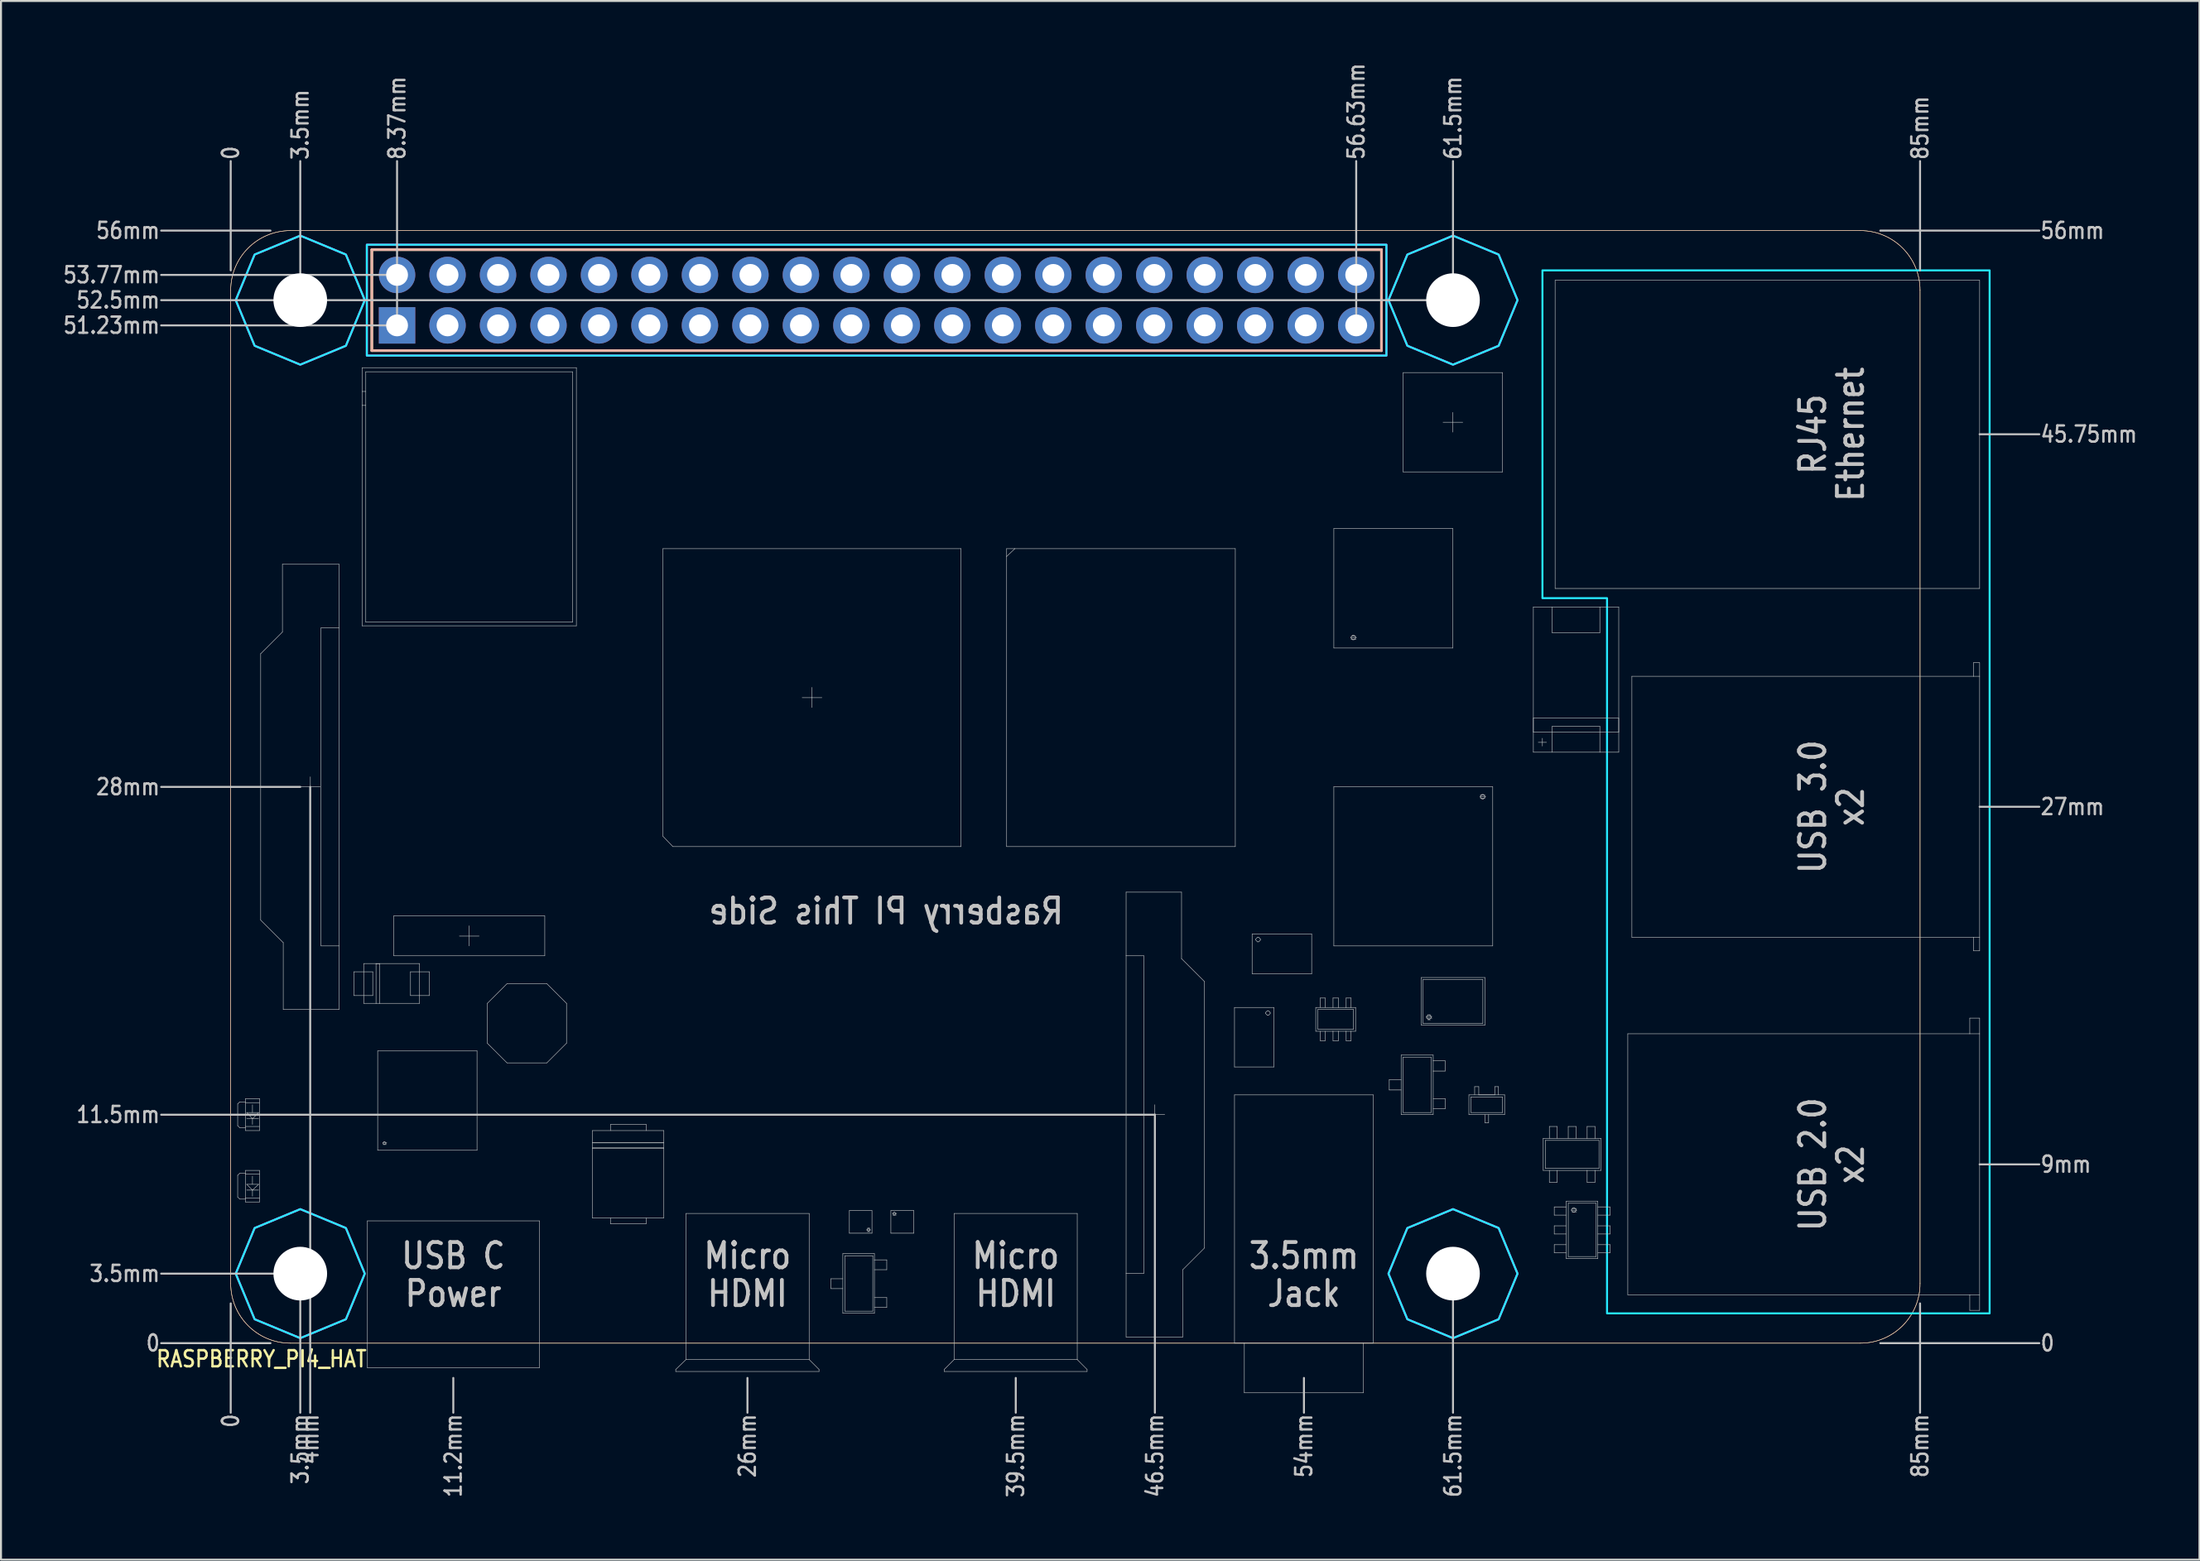
<source format=kicad_pcb>
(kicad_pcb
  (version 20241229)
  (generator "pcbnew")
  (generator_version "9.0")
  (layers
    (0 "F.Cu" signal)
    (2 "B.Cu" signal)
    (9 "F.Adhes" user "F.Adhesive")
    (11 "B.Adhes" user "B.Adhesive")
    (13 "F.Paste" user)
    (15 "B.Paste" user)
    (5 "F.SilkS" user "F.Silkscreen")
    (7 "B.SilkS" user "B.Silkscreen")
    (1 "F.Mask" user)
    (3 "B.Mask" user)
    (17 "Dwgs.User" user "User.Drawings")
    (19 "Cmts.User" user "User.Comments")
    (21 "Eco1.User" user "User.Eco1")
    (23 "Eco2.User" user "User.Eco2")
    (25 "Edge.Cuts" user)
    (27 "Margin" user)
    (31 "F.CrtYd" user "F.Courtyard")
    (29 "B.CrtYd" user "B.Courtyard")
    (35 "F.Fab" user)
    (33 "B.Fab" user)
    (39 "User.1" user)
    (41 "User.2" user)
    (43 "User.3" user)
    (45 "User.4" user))
  (footprint "RASPBERRY_PI4_HAT"
    (layer "F.Cu")
    (at 8.558 64.558)
    (property "Reference" "RASPBERRY_PI4_HAT" (at -3.81 1.27 0) (unlocked yes) (layer "F.SilkS") (effects (font (size 0.813 0.695) (thickness 0.122)) (justify left bottom)))
    (fp_circle (center 3.5 -52.5) (end 5.95 -52.5) (stroke (width 0) (type solid)) (fill yes) (layer "F.Mask"))
    (fp_circle (center 3.5 -52.5) (end 5.95 -52.5) (stroke (width 0) (type solid)) (fill yes) (layer "F.Mask"))
    (fp_circle (center 3.5 -3.5) (end 5.95 -3.5) (stroke (width 0) (type solid)) (fill yes) (layer "F.Mask"))
    (fp_circle (center 3.5 -3.5) (end 5.95 -3.5) (stroke (width 0) (type solid)) (fill yes) (layer "F.Mask"))
    (fp_circle (center 61.5 -52.5) (end 63.95 -52.5) (stroke (width 0) (type solid)) (fill yes) (layer "F.Mask"))
    (fp_circle (center 61.5 -52.5) (end 63.95 -52.5) (stroke (width 0) (type solid)) (fill yes) (layer "F.Mask"))
    (fp_circle (center 61.5 -3.5) (end 63.95 -3.5) (stroke (width 0) (type solid)) (fill yes) (layer "F.Mask"))
    (fp_circle (center 61.5 -3.5) (end 63.95 -3.5) (stroke (width 0) (type solid)) (fill yes) (layer "F.Mask"))
    (fp_circle (center 3.5 -52.5) (end 5.95 -52.5) (stroke (width 0) (type solid)) (fill yes) (layer "B.Mask"))
    (fp_circle (center 3.5 -3.5) (end 5.95 -3.5) (stroke (width 0) (type solid)) (fill yes) (layer "B.Mask"))
    (fp_circle (center 61.5 -52.5) (end 63.95 -52.5) (stroke (width 0) (type solid)) (fill yes) (layer "B.Mask"))
    (fp_circle (center 61.5 -3.5) (end 63.95 -3.5) (stroke (width 0) (type solid)) (fill yes) (layer "B.Mask"))
    (fp_line (start 0 -3) (end 0 -53) (stroke (width 0.025) (type solid)) (layer "F.SilkS"))
    (fp_line (start 3 -56) (end 82 -56) (stroke (width 0.025) (type solid)) (layer "F.SilkS"))
    (fp_line (start 7.1 -55.04) (end 7.1 -49.96) (stroke (width 0.127) (type solid)) (layer "F.SilkS"))
    (fp_line (start 7.1 -49.96) (end 57.9 -49.96) (stroke (width 0.127) (type solid)) (layer "F.SilkS"))
    (fp_line (start 57.9 -55.04) (end 7.1 -55.04) (stroke (width 0.127) (type solid)) (layer "F.SilkS"))
    (fp_line (start 57.9 -49.96) (end 57.9 -55.04) (stroke (width 0.127) (type solid)) (layer "F.SilkS"))
    (fp_line (start 82 0) (end 3 0) (stroke (width 0.025) (type solid)) (layer "F.SilkS"))
    (fp_line (start 85 -53) (end 85 -3) (stroke (width 0.025) (type solid)) (layer "F.SilkS"))
    (fp_arc (start 0 -53) (mid 0.87868 -55.12132) (end 3 -56) (stroke (width 0.025) (type solid)) (layer "F.SilkS"))
    (fp_arc (start 3 0) (mid 0.87868 -0.87868) (end 0 -3) (stroke (width 0.025) (type solid)) (layer "F.SilkS"))
    (fp_arc (start 82 -56) (mid 84.12132 -55.12132) (end 85 -53) (stroke (width 0.025) (type solid)) (layer "F.SilkS"))
    (fp_arc (start 85 -3) (mid 84.12132 -0.87868) (end 82 0) (stroke (width 0.025) (type solid)) (layer "F.SilkS"))
    (fp_line (start 0 -3) (end 0 -53) (stroke (width 0.025) (type solid)) (layer "B.SilkS"))
    (fp_line (start 3 -56) (end 82 -56) (stroke (width 0.025) (type solid)) (layer "B.SilkS"))
    (fp_line (start 7.1 -55.04) (end 7.1 -49.96) (stroke (width 0.127) (type solid)) (layer "B.SilkS"))
    (fp_line (start 7.1 -49.96) (end 57.9 -49.96) (stroke (width 0.127) (type solid)) (layer "B.SilkS"))
    (fp_line (start 57.9 -55.04) (end 7.1 -55.04) (stroke (width 0.127) (type solid)) (layer "B.SilkS"))
    (fp_line (start 57.9 -49.96) (end 57.9 -55.04) (stroke (width 0.127) (type solid)) (layer "B.SilkS"))
    (fp_line (start 82 0) (end 3 0) (stroke (width 0.025) (type solid)) (layer "B.SilkS"))
    (fp_line (start 85 -53) (end 85 -3) (stroke (width 0.025) (type solid)) (layer "B.SilkS"))
    (fp_arc (start 0 -53) (mid 0.87868 -55.12132) (end 3 -56) (stroke (width 0.025) (type solid)) (layer "B.SilkS"))
    (fp_arc (start 3 0) (mid 0.87868 -0.87868) (end 0 -3) (stroke (width 0.025) (type solid)) (layer "B.SilkS"))
    (fp_arc (start 82 -56) (mid 84.12132 -55.12132) (end 85 -53) (stroke (width 0.025) (type solid)) (layer "B.SilkS"))
    (fp_arc (start 85 -3) (mid 84.12132 -0.87868) (end 82 0) (stroke (width 0.025) (type solid)) (layer "B.SilkS"))
    (fp_line (start -3.5 -53.77) (end 8.75 -53.77) (stroke (width 0.1) (type solid)) (layer "Dwgs.User"))
    (fp_line (start -3.5 -51.23) (end 8.75 -51.23) (stroke (width 0.1) (type solid)) (layer "Dwgs.User"))
    (fp_line (start 0 -54) (end 0 -59.5) (stroke (width 0.1) (type solid)) (layer "Dwgs.User"))
    (fp_line (start 0 -2) (end 0 3.5) (stroke (width 0.1) (type solid)) (layer "Dwgs.User"))
    (fp_line (start 0.351 -12.043) (end 0.454 -12.146) (stroke (width 0.025) (type solid)) (layer "Dwgs.User"))
    (fp_line (start 0.351 -10.948) (end 0.351 -12.043) (stroke (width 0.025) (type solid)) (layer "Dwgs.User"))
    (fp_line (start 0.351 -8.449) (end 0.454 -8.552) (stroke (width 0.025) (type solid)) (layer "Dwgs.User"))
    (fp_line (start 0.351 -7.354) (end 0.351 -8.449) (stroke (width 0.025) (type solid)) (layer "Dwgs.User"))
    (fp_line (start 0.454 -12.146) (end 0.744 -12.146) (stroke (width 0.025) (type solid)) (layer "Dwgs.User"))
    (fp_line (start 0.454 -10.845) (end 0.351 -10.948) (stroke (width 0.025) (type solid)) (layer "Dwgs.User"))
    (fp_line (start 0.454 -8.552) (end 0.744 -8.552) (stroke (width 0.025) (type solid)) (layer "Dwgs.User"))
    (fp_line (start 0.454 -7.251) (end 0.351 -7.354) (stroke (width 0.025) (type solid)) (layer "Dwgs.User"))
    (fp_line (start 0.744 -12.311) (end 0.744 -10.7) (stroke (width 0.025) (type solid)) (layer "Dwgs.User"))
    (fp_line (start 0.744 -12.105) (end 1.446 -12.105) (stroke (width 0.025) (type solid)) (layer "Dwgs.User"))
    (fp_line (start 0.744 -10.907) (end 1.446 -10.907) (stroke (width 0.025) (type solid)) (layer "Dwgs.User"))
    (fp_line (start 0.744 -10.845) (end 0.454 -10.845) (stroke (width 0.025) (type solid)) (layer "Dwgs.User"))
    (fp_line (start 0.744 -10.7) (end 1.446 -10.7) (stroke (width 0.025) (type solid)) (layer "Dwgs.User"))
    (fp_line (start 0.744 -8.696) (end 0.744 -8.511) (stroke (width 0.025) (type solid)) (layer "Dwgs.User"))
    (fp_line (start 0.744 -8.511) (end 0.744 -7.312) (stroke (width 0.025) (type solid)) (layer "Dwgs.User"))
    (fp_line (start 0.744 -8.511) (end 1.446 -8.511) (stroke (width 0.025) (type solid)) (layer "Dwgs.User"))
    (fp_line (start 0.744 -7.312) (end 0.744 -7.106) (stroke (width 0.025) (type solid)) (layer "Dwgs.User"))
    (fp_line (start 0.744 -7.312) (end 1.446 -7.312) (stroke (width 0.025) (type solid)) (layer "Dwgs.User"))
    (fp_line (start 0.744 -7.251) (end 0.454 -7.251) (stroke (width 0.025) (type solid)) (layer "Dwgs.User"))
    (fp_line (start 0.744 -7.106) (end 1.446 -7.106) (stroke (width 0.025) (type solid)) (layer "Dwgs.User"))
    (fp_line (start 0.805 -11.609) (end 1.405 -11.609) (stroke (width 0.025) (type solid)) (layer "Dwgs.User"))
    (fp_line (start 0.805 -7.994) (end 1.405 -7.994) (stroke (width 0.025) (type solid)) (layer "Dwgs.User"))
    (fp_line (start 1.095 -12.002) (end 1.095 -11.609) (stroke (width 0.025) (type solid)) (layer "Dwgs.User"))
    (fp_line (start 1.095 -11.299) (end 0.805 -11.609) (stroke (width 0.025) (type solid)) (layer "Dwgs.User"))
    (fp_line (start 1.095 -11.299) (end 0.805 -11.299) (stroke (width 0.025) (type solid)) (layer "Dwgs.User"))
    (fp_line (start 1.095 -11.01) (end 1.095 -11.299) (stroke (width 0.025) (type solid)) (layer "Dwgs.User"))
    (fp_line (start 1.095 -8.407) (end 1.095 -7.994) (stroke (width 0.025) (type solid)) (layer "Dwgs.User"))
    (fp_line (start 1.095 -7.705) (end 0.805 -7.994) (stroke (width 0.025) (type solid)) (layer "Dwgs.User"))
    (fp_line (start 1.095 -7.705) (end 0.805 -7.705) (stroke (width 0.025) (type solid)) (layer "Dwgs.User"))
    (fp_line (start 1.095 -7.395) (end 1.095 -7.705) (stroke (width 0.025) (type solid)) (layer "Dwgs.User"))
    (fp_line (start 1.405 -11.609) (end 1.095 -11.299) (stroke (width 0.025) (type solid)) (layer "Dwgs.User"))
    (fp_line (start 1.405 -11.299) (end 1.095 -11.299) (stroke (width 0.025) (type solid)) (layer "Dwgs.User"))
    (fp_line (start 1.405 -7.994) (end 1.095 -7.705) (stroke (width 0.025) (type solid)) (layer "Dwgs.User"))
    (fp_line (start 1.405 -7.705) (end 1.095 -7.705) (stroke (width 0.025) (type solid)) (layer "Dwgs.User"))
    (fp_line (start 1.446 -12.311) (end 0.744 -12.311) (stroke (width 0.025) (type solid)) (layer "Dwgs.User"))
    (fp_line (start 1.446 -10.7) (end 1.446 -12.311) (stroke (width 0.025) (type solid)) (layer "Dwgs.User"))
    (fp_line (start 1.446 -8.696) (end 0.744 -8.696) (stroke (width 0.025) (type solid)) (layer "Dwgs.User"))
    (fp_line (start 1.446 -8.511) (end 1.446 -8.696) (stroke (width 0.025) (type solid)) (layer "Dwgs.User"))
    (fp_line (start 1.446 -7.312) (end 1.446 -8.511) (stroke (width 0.025) (type solid)) (layer "Dwgs.User"))
    (fp_line (start 1.446 -7.106) (end 1.446 -7.312) (stroke (width 0.025) (type solid)) (layer "Dwgs.User"))
    (fp_line (start 1.508 -34.703) (end 2.603 -35.798) (stroke (width 0.025) (type solid)) (layer "Dwgs.User"))
    (fp_line (start 1.508 -21.297) (end 1.508 -34.703) (stroke (width 0.025) (type solid)) (layer "Dwgs.User"))
    (fp_line (start 2 -56) (end -3.5 -56) (stroke (width 0.1) (type solid)) (layer "Dwgs.User"))
    (fp_line (start 2 0) (end -3.5 0) (stroke (width 0.1) (type solid)) (layer "Dwgs.User"))
    (fp_line (start 2.603 -39.206) (end 5.453 -39.206) (stroke (width 0.025) (type solid)) (layer "Dwgs.User"))
    (fp_line (start 2.603 -35.798) (end 2.603 -39.206) (stroke (width 0.025) (type solid)) (layer "Dwgs.User"))
    (fp_line (start 2.644 -20.161) (end 1.508 -21.297) (stroke (width 0.025) (type solid)) (layer "Dwgs.User"))
    (fp_line (start 2.644 -16.794) (end 2.644 -20.161) (stroke (width 0.025) (type solid)) (layer "Dwgs.User"))
    (fp_line (start 3.5 -59.5) (end 3.5 -52.5) (stroke (width 0.1) (type solid)) (layer "Dwgs.User"))
    (fp_line (start 3.5 -52.5) (end -3.5 -52.5) (stroke (width 0.1) (type solid)) (layer "Dwgs.User"))
    (fp_line (start 3.5 -28) (end -3.5 -28) (stroke (width 0.1) (type solid)) (layer "Dwgs.User"))
    (fp_line (start 3.5 -3.5) (end -3.5 -3.5) (stroke (width 0.1) (type solid)) (layer "Dwgs.User"))
    (fp_line (start 3.5 -3.5) (end 3.5 3.5) (stroke (width 0.1) (type solid)) (layer "Dwgs.User"))
    (fp_line (start 4 -28) (end 4 3.5) (stroke (width 0.1) (type solid)) (layer "Dwgs.User"))
    (fp_line (start 4.007 -27.494) (end 4.007 -28.506) (stroke (width 0.025) (type solid)) (layer "Dwgs.User"))
    (fp_line (start 4.503 -28.011) (end 3.512 -28.011) (stroke (width 0.025) (type solid)) (layer "Dwgs.User"))
    (fp_line (start 4.545 -36.004) (end 5.453 -36.004) (stroke (width 0.025) (type solid)) (layer "Dwgs.User"))
    (fp_line (start 4.545 -19.996) (end 4.545 -36.004) (stroke (width 0.025) (type solid)) (layer "Dwgs.User"))
    (fp_line (start 5.453 -39.206) (end 5.453 -36.004) (stroke (width 0.025) (type solid)) (layer "Dwgs.User"))
    (fp_line (start 5.453 -36.004) (end 5.453 -19.996) (stroke (width 0.025) (type solid)) (layer "Dwgs.User"))
    (fp_line (start 5.453 -19.996) (end 4.545 -19.996) (stroke (width 0.025) (type solid)) (layer "Dwgs.User"))
    (fp_line (start 5.453 -19.996) (end 5.453 -16.794) (stroke (width 0.025) (type solid)) (layer "Dwgs.User"))
    (fp_line (start 5.453 -16.794) (end 2.644 -16.794) (stroke (width 0.025) (type solid)) (layer "Dwgs.User"))
    (fp_line (start 6.197 -18.694) (end 7.147 -18.694) (stroke (width 0.025) (type solid)) (layer "Dwgs.User"))
    (fp_line (start 6.197 -17.496) (end 6.197 -18.694) (stroke (width 0.025) (type solid)) (layer "Dwgs.User"))
    (fp_line (start 6.61 -49.101) (end 17.393 -49.101) (stroke (width 0.025) (type solid)) (layer "Dwgs.User"))
    (fp_line (start 6.61 -47.903) (end 6.61 -49.101) (stroke (width 0.025) (type solid)) (layer "Dwgs.User"))
    (fp_line (start 6.61 -47.201) (end 6.61 -47.903) (stroke (width 0.025) (type solid)) (layer "Dwgs.User"))
    (fp_line (start 6.61 -36.108) (end 6.61 -47.201) (stroke (width 0.025) (type solid)) (layer "Dwgs.User"))
    (fp_line (start 6.692 -19.107) (end 7.312 -19.107) (stroke (width 0.025) (type solid)) (layer "Dwgs.User"))
    (fp_line (start 6.692 -17.104) (end 6.692 -19.107) (stroke (width 0.025) (type solid)) (layer "Dwgs.User"))
    (fp_line (start 6.796 -48.895) (end 17.207 -48.895) (stroke (width 0.025) (type solid)) (layer "Dwgs.User"))
    (fp_line (start 6.796 -47.903) (end 6.61 -47.903) (stroke (width 0.025) (type solid)) (layer "Dwgs.User"))
    (fp_line (start 6.796 -47.903) (end 6.796 -48.895) (stroke (width 0.025) (type solid)) (layer "Dwgs.User"))
    (fp_line (start 6.796 -47.201) (end 6.61 -47.201) (stroke (width 0.025) (type solid)) (layer "Dwgs.User"))
    (fp_line (start 6.796 -47.201) (end 6.796 -47.903) (stroke (width 0.025) (type solid)) (layer "Dwgs.User"))
    (fp_line (start 6.796 -36.294) (end 6.796 -47.201) (stroke (width 0.025) (type solid)) (layer "Dwgs.User"))
    (fp_line (start 6.879 -6.156) (end 15.534 -6.156) (stroke (width 0.025) (type solid)) (layer "Dwgs.User"))
    (fp_line (start 6.879 1.239) (end 6.879 -6.156) (stroke (width 0.025) (type solid)) (layer "Dwgs.User"))
    (fp_line (start 7.147 -18.694) (end 7.147 -17.496) (stroke (width 0.025) (type solid)) (layer "Dwgs.User"))
    (fp_line (start 7.147 -17.496) (end 6.197 -17.496) (stroke (width 0.025) (type solid)) (layer "Dwgs.User"))
    (fp_line (start 7.312 -19.107) (end 7.498 -19.107) (stroke (width 0.025) (type solid)) (layer "Dwgs.User"))
    (fp_line (start 7.312 -19.087) (end 7.498 -19.087) (stroke (width 0.025) (type solid)) (layer "Dwgs.User"))
    (fp_line (start 7.312 -17.104) (end 6.692 -17.104) (stroke (width 0.025) (type solid)) (layer "Dwgs.User"))
    (fp_line (start 7.312 -17.104) (end 7.312 -19.107) (stroke (width 0.025) (type solid)) (layer "Dwgs.User"))
    (fp_line (start 7.395 -14.708) (end 7.395 -9.709) (stroke (width 0.025) (type solid)) (layer "Dwgs.User"))
    (fp_line (start 7.395 -9.709) (end 12.394 -9.709) (stroke (width 0.025) (type solid)) (layer "Dwgs.User"))
    (fp_line (start 7.498 -19.107) (end 7.498 -17.104) (stroke (width 0.025) (type solid)) (layer "Dwgs.User"))
    (fp_line (start 7.498 -19.107) (end 9.502 -19.107) (stroke (width 0.025) (type solid)) (layer "Dwgs.User"))
    (fp_line (start 7.498 -17.104) (end 7.312 -17.104) (stroke (width 0.025) (type solid)) (layer "Dwgs.User"))
    (fp_line (start 7.663 -10.088) (end 7.663 -10.053) (stroke (width 0.025) (type solid)) (layer "Dwgs.User"))
    (fp_line (start 7.663 -10.081) (end 7.85 -10.081) (stroke (width 0.025) (type solid)) (layer "Dwgs.User"))
    (fp_line (start 7.663 -10.053) (end 7.718 -9.998) (stroke (width 0.025) (type solid)) (layer "Dwgs.User"))
    (fp_line (start 7.663 -9.998) (end 7.718 -9.998) (stroke (width 0.025) (type solid)) (layer "Dwgs.User"))
    (fp_line (start 7.718 -10.143) (end 7.663 -10.088) (stroke (width 0.025) (type solid)) (layer "Dwgs.User"))
    (fp_line (start 7.718 -9.998) (end 7.754 -9.998) (stroke (width 0.025) (type solid)) (layer "Dwgs.User"))
    (fp_line (start 7.754 -10.143) (end 7.718 -10.143) (stroke (width 0.025) (type solid)) (layer "Dwgs.User"))
    (fp_line (start 7.754 -9.998) (end 7.808 -10.053) (stroke (width 0.025) (type solid)) (layer "Dwgs.User"))
    (fp_line (start 7.754 -9.998) (end 7.829 -9.998) (stroke (width 0.025) (type solid)) (layer "Dwgs.User"))
    (fp_line (start 7.808 -10.088) (end 7.754 -10.143) (stroke (width 0.025) (type solid)) (layer "Dwgs.User"))
    (fp_line (start 7.808 -10.053) (end 7.808 -10.088) (stroke (width 0.025) (type solid)) (layer "Dwgs.User"))
    (fp_line (start 8.201 -21.504) (end 8.201 -19.5) (stroke (width 0.025) (type solid)) (layer "Dwgs.User"))
    (fp_line (start 8.201 -19.5) (end 15.802 -19.5) (stroke (width 0.025) (type solid)) (layer "Dwgs.User"))
    (fp_line (start 8.37 -51.23) (end 8.37 -59.5) (stroke (width 0.1) (type solid)) (layer "Dwgs.User"))
    (fp_line (start 9.047 -18.694) (end 9.047 -17.496) (stroke (width 0.025) (type solid)) (layer "Dwgs.User"))
    (fp_line (start 9.047 -17.496) (end 9.998 -17.496) (stroke (width 0.025) (type solid)) (layer "Dwgs.User"))
    (fp_line (start 9.502 -19.107) (end 9.502 -17.104) (stroke (width 0.025) (type solid)) (layer "Dwgs.User"))
    (fp_line (start 9.502 -17.104) (end 7.498 -17.104) (stroke (width 0.025) (type solid)) (layer "Dwgs.User"))
    (fp_line (start 9.998 -18.694) (end 9.047 -18.694) (stroke (width 0.025) (type solid)) (layer "Dwgs.User"))
    (fp_line (start 9.998 -17.496) (end 9.998 -18.694) (stroke (width 0.025) (type solid)) (layer "Dwgs.User"))
    (fp_line (start 11.2 1.75) (end 11.2 3.5) (stroke (width 0.1) (type solid)) (layer "Dwgs.User"))
    (fp_line (start 12.001 -19.996) (end 12.001 -21.008) (stroke (width 0.025) (type solid)) (layer "Dwgs.User"))
    (fp_line (start 12.394 -14.708) (end 7.395 -14.708) (stroke (width 0.025) (type solid)) (layer "Dwgs.User"))
    (fp_line (start 12.394 -9.709) (end 12.394 -14.708) (stroke (width 0.025) (type solid)) (layer "Dwgs.User"))
    (fp_line (start 12.497 -20.492) (end 11.506 -20.492) (stroke (width 0.025) (type solid)) (layer "Dwgs.User"))
    (fp_line (start 12.91 -17.104) (end 12.91 -15.1) (stroke (width 0.025) (type solid)) (layer "Dwgs.User"))
    (fp_line (start 12.91 -15.1) (end 13.902 -14.109) (stroke (width 0.025) (type solid)) (layer "Dwgs.User"))
    (fp_line (start 13.902 -18.095) (end 12.91 -17.104) (stroke (width 0.025) (type solid)) (layer "Dwgs.User"))
    (fp_line (start 13.902 -14.109) (end 15.906 -14.109) (stroke (width 0.025) (type solid)) (layer "Dwgs.User"))
    (fp_line (start 15.534 -6.156) (end 15.534 1.239) (stroke (width 0.025) (type solid)) (layer "Dwgs.User"))
    (fp_line (start 15.534 1.239) (end 6.879 1.239) (stroke (width 0.025) (type solid)) (layer "Dwgs.User"))
    (fp_line (start 15.802 -21.504) (end 8.201 -21.504) (stroke (width 0.025) (type solid)) (layer "Dwgs.User"))
    (fp_line (start 15.802 -19.5) (end 15.802 -21.504) (stroke (width 0.025) (type solid)) (layer "Dwgs.User"))
    (fp_line (start 15.906 -18.095) (end 13.902 -18.095) (stroke (width 0.025) (type solid)) (layer "Dwgs.User"))
    (fp_line (start 15.906 -14.109) (end 16.897 -15.1) (stroke (width 0.025) (type solid)) (layer "Dwgs.User"))
    (fp_line (start 16.897 -17.104) (end 15.906 -18.095) (stroke (width 0.025) (type solid)) (layer "Dwgs.User"))
    (fp_line (start 16.897 -15.1) (end 16.897 -17.104) (stroke (width 0.025) (type solid)) (layer "Dwgs.User"))
    (fp_line (start 17.207 -48.895) (end 17.207 -36.294) (stroke (width 0.025) (type solid)) (layer "Dwgs.User"))
    (fp_line (start 17.207 -36.294) (end 6.796 -36.294) (stroke (width 0.025) (type solid)) (layer "Dwgs.User"))
    (fp_line (start 17.393 -49.101) (end 17.393 -36.108) (stroke (width 0.025) (type solid)) (layer "Dwgs.User"))
    (fp_line (start 17.393 -36.108) (end 6.61 -36.108) (stroke (width 0.025) (type solid)) (layer "Dwgs.User"))
    (fp_line (start 18.198 -10.7) (end 18.198 -10.101) (stroke (width 0.025) (type solid)) (layer "Dwgs.User"))
    (fp_line (start 18.198 -10.101) (end 21.793 -10.101) (stroke (width 0.025) (type solid)) (layer "Dwgs.User"))
    (fp_line (start 18.198 -10.081) (end 21.793 -10.081) (stroke (width 0.025) (type solid)) (layer "Dwgs.User"))
    (fp_line (start 18.198 -9.833) (end 21.793 -9.833) (stroke (width 0.025) (type solid)) (layer "Dwgs.User"))
    (fp_line (start 18.198 -9.812) (end 18.198 -10.101) (stroke (width 0.025) (type solid)) (layer "Dwgs.User"))
    (fp_line (start 18.198 -9.812) (end 18.198 -6.3) (stroke (width 0.025) (type solid)) (layer "Dwgs.User"))
    (fp_line (start 18.198 -6.3) (end 21.793 -6.3) (stroke (width 0.025) (type solid)) (layer "Dwgs.User"))
    (fp_line (start 19.107 -11.01) (end 20.905 -11.01) (stroke (width 0.025) (type solid)) (layer "Dwgs.User"))
    (fp_line (start 19.107 -10.7) (end 19.107 -11.01) (stroke (width 0.025) (type solid)) (layer "Dwgs.User"))
    (fp_line (start 19.107 -6.3) (end 19.107 -6.011) (stroke (width 0.025) (type solid)) (layer "Dwgs.User"))
    (fp_line (start 19.107 -6.011) (end 20.905 -6.011) (stroke (width 0.025) (type solid)) (layer "Dwgs.User"))
    (fp_line (start 20.905 -10.7) (end 20.905 -11.01) (stroke (width 0.025) (type solid)) (layer "Dwgs.User"))
    (fp_line (start 20.905 -6.3) (end 20.905 -6.011) (stroke (width 0.025) (type solid)) (layer "Dwgs.User"))
    (fp_line (start 21.751 -39.991) (end 21.751 -25.511) (stroke (width 0.025) (type solid)) (layer "Dwgs.User"))
    (fp_line (start 21.751 -25.511) (end 22.247 -24.995) (stroke (width 0.025) (type solid)) (layer "Dwgs.User"))
    (fp_line (start 21.793 -10.7) (end 18.198 -10.7) (stroke (width 0.025) (type solid)) (layer "Dwgs.User"))
    (fp_line (start 21.793 -10.7) (end 21.793 -10.101) (stroke (width 0.025) (type solid)) (layer "Dwgs.User"))
    (fp_line (start 21.793 -10.101) (end 21.793 -9.812) (stroke (width 0.025) (type solid)) (layer "Dwgs.User"))
    (fp_line (start 21.793 -9.812) (end 18.198 -9.812) (stroke (width 0.025) (type solid)) (layer "Dwgs.User"))
    (fp_line (start 21.793 -9.812) (end 21.793 -6.3) (stroke (width 0.025) (type solid)) (layer "Dwgs.User"))
    (fp_line (start 22.247 -24.995) (end 36.748 -24.995) (stroke (width 0.025) (type solid)) (layer "Dwgs.User"))
    (fp_line (start 22.392 1.322) (end 22.392 1.425) (stroke (width 0.025) (type solid)) (layer "Dwgs.User"))
    (fp_line (start 22.392 1.425) (end 29.601 1.425) (stroke (width 0.025) (type solid)) (layer "Dwgs.User"))
    (fp_line (start 22.908 -6.528) (end 29.105 -6.528) (stroke (width 0.025) (type solid)) (layer "Dwgs.User"))
    (fp_line (start 22.908 0.826) (end 22.392 1.322) (stroke (width 0.025) (type solid)) (layer "Dwgs.User"))
    (fp_line (start 22.908 0.826) (end 22.908 -6.528) (stroke (width 0.025) (type solid)) (layer "Dwgs.User"))
    (fp_line (start 26 1.75) (end 26 3.5) (stroke (width 0.1) (type solid)) (layer "Dwgs.User"))
    (fp_line (start 29.105 -6.528) (end 29.105 0.826) (stroke (width 0.025) (type solid)) (layer "Dwgs.User"))
    (fp_line (start 29.105 0.826) (end 22.908 0.826) (stroke (width 0.025) (type solid)) (layer "Dwgs.User"))
    (fp_line (start 29.25 -33.009) (end 29.25 -32.493) (stroke (width 0.025) (type solid)) (layer "Dwgs.User"))
    (fp_line (start 29.25 -32.493) (end 28.754 -32.493) (stroke (width 0.025) (type solid)) (layer "Dwgs.User"))
    (fp_line (start 29.25 -32.493) (end 29.25 -31.998) (stroke (width 0.025) (type solid)) (layer "Dwgs.User"))
    (fp_line (start 29.601 1.322) (end 29.105 0.826) (stroke (width 0.025) (type solid)) (layer "Dwgs.User"))
    (fp_line (start 29.601 1.425) (end 29.601 1.322) (stroke (width 0.025) (type solid)) (layer "Dwgs.User"))
    (fp_line (start 29.745 -32.493) (end 29.25 -32.493) (stroke (width 0.025) (type solid)) (layer "Dwgs.User"))
    (fp_line (start 30.2 -3.243) (end 30.799 -3.243) (stroke (width 0.025) (type solid)) (layer "Dwgs.User"))
    (fp_line (start 30.2 -2.747) (end 30.2 -3.243) (stroke (width 0.025) (type solid)) (layer "Dwgs.User"))
    (fp_line (start 30.799 -4.503) (end 30.799 -1.508) (stroke (width 0.025) (type solid)) (layer "Dwgs.User"))
    (fp_line (start 30.799 -2.747) (end 30.2 -2.747) (stroke (width 0.025) (type solid)) (layer "Dwgs.User"))
    (fp_line (start 30.799 -1.508) (end 32.389 -1.508) (stroke (width 0.025) (type solid)) (layer "Dwgs.User"))
    (fp_line (start 30.902 -4.4) (end 30.902 -1.611) (stroke (width 0.025) (type solid)) (layer "Dwgs.User"))
    (fp_line (start 30.902 -1.611) (end 32.307 -1.611) (stroke (width 0.025) (type solid)) (layer "Dwgs.User"))
    (fp_line (start 31.129 -6.672) (end 32.266 -6.672) (stroke (width 0.025) (type solid)) (layer "Dwgs.User"))
    (fp_line (start 31.129 -5.536) (end 31.129 -6.672) (stroke (width 0.025) (type solid)) (layer "Dwgs.User"))
    (fp_line (start 31.997 -5.701) (end 32.204 -5.701) (stroke (width 0.025) (type solid)) (layer "Dwgs.User"))
    (fp_line (start 32.018 -5.73) (end 32.018 -5.694) (stroke (width 0.025) (type solid)) (layer "Dwgs.User"))
    (fp_line (start 32.018 -5.694) (end 32.072 -5.639) (stroke (width 0.025) (type solid)) (layer "Dwgs.User"))
    (fp_line (start 32.038 -5.784) (end 32.072 -5.784) (stroke (width 0.025) (type solid)) (layer "Dwgs.User"))
    (fp_line (start 32.038 -5.619) (end 32.162 -5.619) (stroke (width 0.025) (type solid)) (layer "Dwgs.User"))
    (fp_line (start 32.072 -5.784) (end 32.018 -5.73) (stroke (width 0.025) (type solid)) (layer "Dwgs.User"))
    (fp_line (start 32.072 -5.639) (end 32.108 -5.639) (stroke (width 0.025) (type solid)) (layer "Dwgs.User"))
    (fp_line (start 32.108 -5.784) (end 32.072 -5.784) (stroke (width 0.025) (type solid)) (layer "Dwgs.User"))
    (fp_line (start 32.108 -5.784) (end 32.162 -5.784) (stroke (width 0.025) (type solid)) (layer "Dwgs.User"))
    (fp_line (start 32.108 -5.639) (end 32.162 -5.694) (stroke (width 0.025) (type solid)) (layer "Dwgs.User"))
    (fp_line (start 32.162 -5.73) (end 32.108 -5.784) (stroke (width 0.025) (type solid)) (layer "Dwgs.User"))
    (fp_line (start 32.162 -5.694) (end 32.162 -5.73) (stroke (width 0.025) (type solid)) (layer "Dwgs.User"))
    (fp_line (start 32.266 -6.672) (end 32.266 -5.536) (stroke (width 0.025) (type solid)) (layer "Dwgs.User"))
    (fp_line (start 32.266 -5.536) (end 31.129 -5.536) (stroke (width 0.025) (type solid)) (layer "Dwgs.User"))
    (fp_line (start 32.307 -4.4) (end 30.902 -4.4) (stroke (width 0.025) (type solid)) (layer "Dwgs.User"))
    (fp_line (start 32.307 -1.611) (end 32.307 -4.4) (stroke (width 0.025) (type solid)) (layer "Dwgs.User"))
    (fp_line (start 32.389 -4.503) (end 30.799 -4.503) (stroke (width 0.025) (type solid)) (layer "Dwgs.User"))
    (fp_line (start 32.389 -4.193) (end 32.389 -4.503) (stroke (width 0.025) (type solid)) (layer "Dwgs.User"))
    (fp_line (start 32.389 -3.698) (end 33.009 -3.698) (stroke (width 0.025) (type solid)) (layer "Dwgs.User"))
    (fp_line (start 32.389 -1.797) (end 33.009 -1.797) (stroke (width 0.025) (type solid)) (layer "Dwgs.User"))
    (fp_line (start 32.389 -1.508) (end 32.389 -4.193) (stroke (width 0.025) (type solid)) (layer "Dwgs.User"))
    (fp_line (start 33.009 -4.193) (end 32.389 -4.193) (stroke (width 0.025) (type solid)) (layer "Dwgs.User"))
    (fp_line (start 33.009 -4.193) (end 33.009 -3.698) (stroke (width 0.025) (type solid)) (layer "Dwgs.User"))
    (fp_line (start 33.009 -2.293) (end 32.389 -2.293) (stroke (width 0.025) (type solid)) (layer "Dwgs.User"))
    (fp_line (start 33.009 -2.293) (end 33.009 -1.797) (stroke (width 0.025) (type solid)) (layer "Dwgs.User"))
    (fp_line (start 33.216 -6.672) (end 34.372 -6.672) (stroke (width 0.025) (type solid)) (layer "Dwgs.User"))
    (fp_line (start 33.216 -5.536) (end 33.216 -6.672) (stroke (width 0.025) (type solid)) (layer "Dwgs.User"))
    (fp_line (start 33.299 -6.528) (end 33.505 -6.528) (stroke (width 0.025) (type solid)) (layer "Dwgs.User"))
    (fp_line (start 33.319 -6.535) (end 33.319 -6.5) (stroke (width 0.025) (type solid)) (layer "Dwgs.User"))
    (fp_line (start 33.319 -6.5) (end 33.373 -6.445) (stroke (width 0.025) (type solid)) (layer "Dwgs.User"))
    (fp_line (start 33.319 -6.445) (end 33.373 -6.445) (stroke (width 0.025) (type solid)) (layer "Dwgs.User"))
    (fp_line (start 33.373 -6.59) (end 33.319 -6.535) (stroke (width 0.025) (type solid)) (layer "Dwgs.User"))
    (fp_line (start 33.373 -6.445) (end 33.409 -6.445) (stroke (width 0.025) (type solid)) (layer "Dwgs.User"))
    (fp_line (start 33.409 -6.59) (end 33.373 -6.59) (stroke (width 0.025) (type solid)) (layer "Dwgs.User"))
    (fp_line (start 33.409 -6.445) (end 33.464 -6.5) (stroke (width 0.025) (type solid)) (layer "Dwgs.User"))
    (fp_line (start 33.409 -6.445) (end 33.484 -6.445) (stroke (width 0.025) (type solid)) (layer "Dwgs.User"))
    (fp_line (start 33.464 -6.535) (end 33.409 -6.59) (stroke (width 0.025) (type solid)) (layer "Dwgs.User"))
    (fp_line (start 33.464 -6.5) (end 33.464 -6.535) (stroke (width 0.025) (type solid)) (layer "Dwgs.User"))
    (fp_line (start 34.372 -6.672) (end 34.372 -5.536) (stroke (width 0.025) (type solid)) (layer "Dwgs.User"))
    (fp_line (start 34.372 -5.536) (end 33.216 -5.536) (stroke (width 0.025) (type solid)) (layer "Dwgs.User"))
    (fp_line (start 35.901 1.322) (end 36.397 0.826) (stroke (width 0.025) (type solid)) (layer "Dwgs.User"))
    (fp_line (start 35.901 1.425) (end 35.901 1.322) (stroke (width 0.025) (type solid)) (layer "Dwgs.User"))
    (fp_line (start 36.397 -6.528) (end 36.397 0.826) (stroke (width 0.025) (type solid)) (layer "Dwgs.User"))
    (fp_line (start 36.397 0.826) (end 42.594 0.826) (stroke (width 0.025) (type solid)) (layer "Dwgs.User"))
    (fp_line (start 36.748 -39.991) (end 21.751 -39.991) (stroke (width 0.025) (type solid)) (layer "Dwgs.User"))
    (fp_line (start 36.748 -39.991) (end 36.748 -24.995) (stroke (width 0.025) (type solid)) (layer "Dwgs.User"))
    (fp_line (start 39.041 -39.991) (end 39.454 -39.991) (stroke (width 0.025) (type solid)) (layer "Dwgs.User"))
    (fp_line (start 39.041 -39.599) (end 39.041 -39.991) (stroke (width 0.025) (type solid)) (layer "Dwgs.User"))
    (fp_line (start 39.041 -24.995) (end 39.041 -39.599) (stroke (width 0.025) (type solid)) (layer "Dwgs.User"))
    (fp_line (start 39.454 -39.991) (end 39.041 -39.599) (stroke (width 0.025) (type solid)) (layer "Dwgs.User"))
    (fp_line (start 39.454 -39.991) (end 50.547 -39.991) (stroke (width 0.025) (type solid)) (layer "Dwgs.User"))
    (fp_line (start 39.5 1.75) (end 39.5 3.5) (stroke (width 0.1) (type solid)) (layer "Dwgs.User"))
    (fp_line (start 42.594 -6.528) (end 36.397 -6.528) (stroke (width 0.025) (type solid)) (layer "Dwgs.User"))
    (fp_line (start 42.594 0.826) (end 42.594 -6.528) (stroke (width 0.025) (type solid)) (layer "Dwgs.User"))
    (fp_line (start 42.594 0.826) (end 43.089 1.322) (stroke (width 0.025) (type solid)) (layer "Dwgs.User"))
    (fp_line (start 43.089 1.322) (end 43.089 1.425) (stroke (width 0.025) (type solid)) (layer "Dwgs.User"))
    (fp_line (start 43.089 1.425) (end 35.901 1.425) (stroke (width 0.025) (type solid)) (layer "Dwgs.User"))
    (fp_line (start 45.052 -22.702) (end 47.841 -22.702) (stroke (width 0.025) (type solid)) (layer "Dwgs.User"))
    (fp_line (start 45.052 -19.5) (end 45.052 -22.702) (stroke (width 0.025) (type solid)) (layer "Dwgs.User"))
    (fp_line (start 45.052 -19.5) (end 45.94 -19.5) (stroke (width 0.025) (type solid)) (layer "Dwgs.User"))
    (fp_line (start 45.052 -3.512) (end 45.052 -19.5) (stroke (width 0.025) (type solid)) (layer "Dwgs.User"))
    (fp_line (start 45.052 -0.31) (end 45.052 -3.512) (stroke (width 0.025) (type solid)) (layer "Dwgs.User"))
    (fp_line (start 45.94 -19.5) (end 45.94 -3.512) (stroke (width 0.025) (type solid)) (layer "Dwgs.User"))
    (fp_line (start 45.94 -3.512) (end 45.052 -3.512) (stroke (width 0.025) (type solid)) (layer "Dwgs.User"))
    (fp_line (start 46.498 -11.01) (end 46.498 -12.002) (stroke (width 0.025) (type solid)) (layer "Dwgs.User"))
    (fp_line (start 46.5 -11.5) (end -3.5 -11.5) (stroke (width 0.1) (type solid)) (layer "Dwgs.User"))
    (fp_line (start 46.5 -11.5) (end 46.5 3.5) (stroke (width 0.1) (type solid)) (layer "Dwgs.User"))
    (fp_line (start 46.994 -11.506) (end 46.002 -11.506) (stroke (width 0.025) (type solid)) (layer "Dwgs.User"))
    (fp_line (start 47.841 -22.702) (end 47.841 -19.355) (stroke (width 0.025) (type solid)) (layer "Dwgs.User"))
    (fp_line (start 47.841 -19.355) (end 48.997 -18.199) (stroke (width 0.025) (type solid)) (layer "Dwgs.User"))
    (fp_line (start 47.903 -3.698) (end 47.903 -0.31) (stroke (width 0.025) (type solid)) (layer "Dwgs.User"))
    (fp_line (start 47.903 -0.31) (end 45.052 -0.31) (stroke (width 0.025) (type solid)) (layer "Dwgs.User"))
    (fp_line (start 48.997 -18.199) (end 48.997 -4.792) (stroke (width 0.025) (type solid)) (layer "Dwgs.User"))
    (fp_line (start 48.997 -4.792) (end 47.903 -3.698) (stroke (width 0.025) (type solid)) (layer "Dwgs.User"))
    (fp_line (start 50.506 -16.897) (end 52.488 -16.897) (stroke (width 0.025) (type solid)) (layer "Dwgs.User"))
    (fp_line (start 50.506 -13.902) (end 50.506 -16.897) (stroke (width 0.025) (type solid)) (layer "Dwgs.User"))
    (fp_line (start 50.506 -12.497) (end 57.487 -12.497) (stroke (width 0.025) (type solid)) (layer "Dwgs.User"))
    (fp_line (start 50.506 0) (end 50.506 -12.497) (stroke (width 0.025) (type solid)) (layer "Dwgs.User"))
    (fp_line (start 50.547 -39.991) (end 50.547 -24.995) (stroke (width 0.025) (type solid)) (layer "Dwgs.User"))
    (fp_line (start 50.547 -24.995) (end 39.041 -24.995) (stroke (width 0.025) (type solid)) (layer "Dwgs.User"))
    (fp_line (start 51.001 0) (end 50.506 0) (stroke (width 0.025) (type solid)) (layer "Dwgs.User"))
    (fp_line (start 51.001 0) (end 56.992 0) (stroke (width 0.025) (type solid)) (layer "Dwgs.User"))
    (fp_line (start 51.001 2.499) (end 51.001 0) (stroke (width 0.025) (type solid)) (layer "Dwgs.User"))
    (fp_line (start 51.393 -20.595) (end 54.389 -20.595) (stroke (width 0.025) (type solid)) (layer "Dwgs.User"))
    (fp_line (start 51.393 -18.591) (end 51.393 -20.595) (stroke (width 0.025) (type solid)) (layer "Dwgs.User"))
    (fp_line (start 51.579 -20.345) (end 51.579 -20.287) (stroke (width 0.025) (type solid)) (layer "Dwgs.User"))
    (fp_line (start 51.579 -20.287) (end 51.664 -20.202) (stroke (width 0.025) (type solid)) (layer "Dwgs.User"))
    (fp_line (start 51.664 -20.429) (end 51.579 -20.345) (stroke (width 0.025) (type solid)) (layer "Dwgs.User"))
    (fp_line (start 51.664 -20.202) (end 51.721 -20.202) (stroke (width 0.025) (type solid)) (layer "Dwgs.User"))
    (fp_line (start 51.721 -20.429) (end 51.664 -20.429) (stroke (width 0.025) (type solid)) (layer "Dwgs.User"))
    (fp_line (start 51.721 -20.202) (end 51.807 -20.287) (stroke (width 0.025) (type solid)) (layer "Dwgs.User"))
    (fp_line (start 51.807 -20.345) (end 51.721 -20.429) (stroke (width 0.025) (type solid)) (layer "Dwgs.User"))
    (fp_line (start 51.807 -20.287) (end 51.807 -20.345) (stroke (width 0.025) (type solid)) (layer "Dwgs.User"))
    (fp_line (start 52.075 -16.648) (end 52.075 -16.591) (stroke (width 0.025) (type solid)) (layer "Dwgs.User"))
    (fp_line (start 52.075 -16.591) (end 52.16 -16.505) (stroke (width 0.025) (type solid)) (layer "Dwgs.User"))
    (fp_line (start 52.16 -16.732) (end 52.075 -16.648) (stroke (width 0.025) (type solid)) (layer "Dwgs.User"))
    (fp_line (start 52.16 -16.505) (end 52.217 -16.505) (stroke (width 0.025) (type solid)) (layer "Dwgs.User"))
    (fp_line (start 52.217 -16.732) (end 52.16 -16.732) (stroke (width 0.025) (type solid)) (layer "Dwgs.User"))
    (fp_line (start 52.217 -16.505) (end 52.302 -16.591) (stroke (width 0.025) (type solid)) (layer "Dwgs.User"))
    (fp_line (start 52.302 -16.648) (end 52.217 -16.732) (stroke (width 0.025) (type solid)) (layer "Dwgs.User"))
    (fp_line (start 52.302 -16.591) (end 52.302 -16.648) (stroke (width 0.025) (type solid)) (layer "Dwgs.User"))
    (fp_line (start 52.488 -16.897) (end 52.488 -13.902) (stroke (width 0.025) (type solid)) (layer "Dwgs.User"))
    (fp_line (start 52.488 -13.902) (end 50.506 -13.902) (stroke (width 0.025) (type solid)) (layer "Dwgs.User"))
    (fp_line (start 54 1.75) (end 54 3.5) (stroke (width 0.1) (type solid)) (layer "Dwgs.User"))
    (fp_line (start 54.389 -20.595) (end 54.389 -18.591) (stroke (width 0.025) (type solid)) (layer "Dwgs.User"))
    (fp_line (start 54.389 -18.591) (end 51.393 -18.591) (stroke (width 0.025) (type solid)) (layer "Dwgs.User"))
    (fp_line (start 54.595 -16.897) (end 55.463 -16.897) (stroke (width 0.025) (type solid)) (layer "Dwgs.User"))
    (fp_line (start 54.595 -15.7) (end 54.595 -16.897) (stroke (width 0.025) (type solid)) (layer "Dwgs.User"))
    (fp_line (start 54.699 -16.794) (end 56.495 -16.794) (stroke (width 0.025) (type solid)) (layer "Dwgs.User"))
    (fp_line (start 54.699 -15.803) (end 54.699 -16.794) (stroke (width 0.025) (type solid)) (layer "Dwgs.User"))
    (fp_line (start 54.822 -17.373) (end 55.07 -17.373) (stroke (width 0.025) (type solid)) (layer "Dwgs.User"))
    (fp_line (start 54.822 -16.897) (end 54.822 -17.373) (stroke (width 0.025) (type solid)) (layer "Dwgs.User"))
    (fp_line (start 54.822 -15.7) (end 54.822 -15.224) (stroke (width 0.025) (type solid)) (layer "Dwgs.User"))
    (fp_line (start 54.822 -15.224) (end 55.07 -15.224) (stroke (width 0.025) (type solid)) (layer "Dwgs.User"))
    (fp_line (start 55.07 -17.373) (end 55.07 -16.897) (stroke (width 0.025) (type solid)) (layer "Dwgs.User"))
    (fp_line (start 55.07 -15.224) (end 55.07 -15.7) (stroke (width 0.025) (type solid)) (layer "Dwgs.User"))
    (fp_line (start 55.463 -17.373) (end 55.732 -17.373) (stroke (width 0.025) (type solid)) (layer "Dwgs.User"))
    (fp_line (start 55.463 -16.897) (end 55.463 -17.373) (stroke (width 0.025) (type solid)) (layer "Dwgs.User"))
    (fp_line (start 55.463 -16.897) (end 55.732 -16.897) (stroke (width 0.025) (type solid)) (layer "Dwgs.User"))
    (fp_line (start 55.463 -15.7) (end 54.595 -15.7) (stroke (width 0.025) (type solid)) (layer "Dwgs.User"))
    (fp_line (start 55.463 -15.7) (end 55.463 -15.224) (stroke (width 0.025) (type solid)) (layer "Dwgs.User"))
    (fp_line (start 55.463 -15.224) (end 55.732 -15.224) (stroke (width 0.025) (type solid)) (layer "Dwgs.User"))
    (fp_line (start 55.504 -41.004) (end 55.504 -34.992) (stroke (width 0.025) (type solid)) (layer "Dwgs.User"))
    (fp_line (start 55.504 -34.992) (end 61.495 -34.992) (stroke (width 0.025) (type solid)) (layer "Dwgs.User"))
    (fp_line (start 55.504 -28.011) (end 63.498 -28.011) (stroke (width 0.025) (type solid)) (layer "Dwgs.User"))
    (fp_line (start 55.504 -19.996) (end 55.504 -28.011) (stroke (width 0.025) (type solid)) (layer "Dwgs.User"))
    (fp_line (start 55.732 -17.373) (end 55.732 -16.897) (stroke (width 0.025) (type solid)) (layer "Dwgs.User"))
    (fp_line (start 55.732 -16.897) (end 56.124 -16.897) (stroke (width 0.025) (type solid)) (layer "Dwgs.User"))
    (fp_line (start 55.732 -15.7) (end 55.463 -15.7) (stroke (width 0.025) (type solid)) (layer "Dwgs.User"))
    (fp_line (start 55.732 -15.224) (end 55.732 -15.7) (stroke (width 0.025) (type solid)) (layer "Dwgs.User"))
    (fp_line (start 56.124 -17.373) (end 56.372 -17.373) (stroke (width 0.025) (type solid)) (layer "Dwgs.User"))
    (fp_line (start 56.124 -16.897) (end 56.124 -17.373) (stroke (width 0.025) (type solid)) (layer "Dwgs.User"))
    (fp_line (start 56.124 -16.897) (end 56.372 -16.897) (stroke (width 0.025) (type solid)) (layer "Dwgs.User"))
    (fp_line (start 56.124 -15.7) (end 55.732 -15.7) (stroke (width 0.025) (type solid)) (layer "Dwgs.User"))
    (fp_line (start 56.124 -15.7) (end 56.124 -15.224) (stroke (width 0.025) (type solid)) (layer "Dwgs.User"))
    (fp_line (start 56.124 -15.224) (end 56.372 -15.224) (stroke (width 0.025) (type solid)) (layer "Dwgs.User"))
    (fp_line (start 56.351 -35.509) (end 56.64 -35.509) (stroke (width 0.025) (type solid)) (layer "Dwgs.User"))
    (fp_line (start 56.372 -35.548) (end 56.372 -35.491) (stroke (width 0.025) (type solid)) (layer "Dwgs.User"))
    (fp_line (start 56.372 -35.491) (end 56.456 -35.405) (stroke (width 0.025) (type solid)) (layer "Dwgs.User"))
    (fp_line (start 56.372 -35.426) (end 56.62 -35.426) (stroke (width 0.025) (type solid)) (layer "Dwgs.User"))
    (fp_line (start 56.372 -17.373) (end 56.372 -16.897) (stroke (width 0.025) (type solid)) (layer "Dwgs.User"))
    (fp_line (start 56.372 -16.897) (end 56.599 -16.897) (stroke (width 0.025) (type solid)) (layer "Dwgs.User"))
    (fp_line (start 56.372 -15.7) (end 56.124 -15.7) (stroke (width 0.025) (type solid)) (layer "Dwgs.User"))
    (fp_line (start 56.372 -15.224) (end 56.372 -15.7) (stroke (width 0.025) (type solid)) (layer "Dwgs.User"))
    (fp_line (start 56.393 -35.591) (end 56.599 -35.591) (stroke (width 0.025) (type solid)) (layer "Dwgs.User"))
    (fp_line (start 56.456 -35.633) (end 56.372 -35.548) (stroke (width 0.025) (type solid)) (layer "Dwgs.User"))
    (fp_line (start 56.456 -35.405) (end 56.513 -35.405) (stroke (width 0.025) (type solid)) (layer "Dwgs.User"))
    (fp_line (start 56.495 -16.794) (end 56.495 -15.803) (stroke (width 0.025) (type solid)) (layer "Dwgs.User"))
    (fp_line (start 56.495 -15.803) (end 54.699 -15.803) (stroke (width 0.025) (type solid)) (layer "Dwgs.User"))
    (fp_line (start 56.513 -35.633) (end 56.456 -35.633) (stroke (width 0.025) (type solid)) (layer "Dwgs.User"))
    (fp_line (start 56.513 -35.405) (end 56.599 -35.491) (stroke (width 0.025) (type solid)) (layer "Dwgs.User"))
    (fp_line (start 56.599 -35.548) (end 56.513 -35.633) (stroke (width 0.025) (type solid)) (layer "Dwgs.User"))
    (fp_line (start 56.599 -35.491) (end 56.599 -35.548) (stroke (width 0.025) (type solid)) (layer "Dwgs.User"))
    (fp_line (start 56.599 -16.897) (end 56.599 -15.7) (stroke (width 0.025) (type solid)) (layer "Dwgs.User"))
    (fp_line (start 56.599 -15.7) (end 56.372 -15.7) (stroke (width 0.025) (type solid)) (layer "Dwgs.User"))
    (fp_line (start 56.63 -59.5) (end 56.63 -51.23) (stroke (width 0.1) (type solid)) (layer "Dwgs.User"))
    (fp_line (start 56.992 0) (end 56.992 2.499) (stroke (width 0.025) (type solid)) (layer "Dwgs.User"))
    (fp_line (start 56.992 0) (end 57.487 0) (stroke (width 0.025) (type solid)) (layer "Dwgs.User"))
    (fp_line (start 56.992 2.499) (end 51.001 2.499) (stroke (width 0.025) (type solid)) (layer "Dwgs.User"))
    (fp_line (start 57.487 -12.497) (end 57.487 0) (stroke (width 0.025) (type solid)) (layer "Dwgs.User"))
    (fp_line (start 58.293 -13.262) (end 58.293 -12.746) (stroke (width 0.025) (type solid)) (layer "Dwgs.User"))
    (fp_line (start 58.293 -12.746) (end 58.892 -12.746) (stroke (width 0.025) (type solid)) (layer "Dwgs.User"))
    (fp_line (start 58.892 -14.501) (end 60.503 -14.501) (stroke (width 0.025) (type solid)) (layer "Dwgs.User"))
    (fp_line (start 58.892 -13.262) (end 58.293 -13.262) (stroke (width 0.025) (type solid)) (layer "Dwgs.User"))
    (fp_line (start 58.892 -11.506) (end 58.892 -14.501) (stroke (width 0.025) (type solid)) (layer "Dwgs.User"))
    (fp_line (start 58.995 -48.853) (end 63.994 -48.853) (stroke (width 0.025) (type solid)) (layer "Dwgs.User"))
    (fp_line (start 58.995 -43.854) (end 58.995 -48.853) (stroke (width 0.025) (type solid)) (layer "Dwgs.User"))
    (fp_line (start 58.995 -14.398) (end 60.399 -14.398) (stroke (width 0.025) (type solid)) (layer "Dwgs.User"))
    (fp_line (start 58.995 -11.609) (end 58.995 -14.398) (stroke (width 0.025) (type solid)) (layer "Dwgs.User"))
    (fp_line (start 59.904 -18.405) (end 63.106 -18.405) (stroke (width 0.025) (type solid)) (layer "Dwgs.User"))
    (fp_line (start 59.904 -16.009) (end 59.904 -18.405) (stroke (width 0.025) (type solid)) (layer "Dwgs.User"))
    (fp_line (start 59.987 -18.302) (end 59.987 -16.092) (stroke (width 0.025) (type solid)) (layer "Dwgs.User"))
    (fp_line (start 59.987 -16.092) (end 63.002 -16.092) (stroke (width 0.025) (type solid)) (layer "Dwgs.User"))
    (fp_line (start 60.152 -16.443) (end 60.441 -16.443) (stroke (width 0.025) (type solid)) (layer "Dwgs.User"))
    (fp_line (start 60.172 -16.441) (end 60.172 -16.383) (stroke (width 0.025) (type solid)) (layer "Dwgs.User"))
    (fp_line (start 60.172 -16.383) (end 60.257 -16.298) (stroke (width 0.025) (type solid)) (layer "Dwgs.User"))
    (fp_line (start 60.172 -16.36) (end 60.441 -16.36) (stroke (width 0.025) (type solid)) (layer "Dwgs.User"))
    (fp_line (start 60.214 -16.525) (end 60.257 -16.525) (stroke (width 0.025) (type solid)) (layer "Dwgs.User"))
    (fp_line (start 60.235 -16.278) (end 60.358 -16.278) (stroke (width 0.025) (type solid)) (layer "Dwgs.User"))
    (fp_line (start 60.257 -16.525) (end 60.172 -16.441) (stroke (width 0.025) (type solid)) (layer "Dwgs.User"))
    (fp_line (start 60.257 -16.298) (end 60.314 -16.298) (stroke (width 0.025) (type solid)) (layer "Dwgs.User"))
    (fp_line (start 60.314 -16.525) (end 60.257 -16.525) (stroke (width 0.025) (type solid)) (layer "Dwgs.User"))
    (fp_line (start 60.314 -16.525) (end 60.379 -16.525) (stroke (width 0.025) (type solid)) (layer "Dwgs.User"))
    (fp_line (start 60.314 -16.298) (end 60.399 -16.383) (stroke (width 0.025) (type solid)) (layer "Dwgs.User"))
    (fp_line (start 60.399 -16.441) (end 60.314 -16.525) (stroke (width 0.025) (type solid)) (layer "Dwgs.User"))
    (fp_line (start 60.399 -16.383) (end 60.399 -16.441) (stroke (width 0.025) (type solid)) (layer "Dwgs.User"))
    (fp_line (start 60.399 -14.398) (end 60.399 -11.609) (stroke (width 0.025) (type solid)) (layer "Dwgs.User"))
    (fp_line (start 60.399 -11.609) (end 58.995 -11.609) (stroke (width 0.025) (type solid)) (layer "Dwgs.User"))
    (fp_line (start 60.503 -14.501) (end 60.503 -14.212) (stroke (width 0.025) (type solid)) (layer "Dwgs.User"))
    (fp_line (start 60.503 -14.212) (end 60.503 -13.696) (stroke (width 0.025) (type solid)) (layer "Dwgs.User"))
    (fp_line (start 60.503 -14.212) (end 61.102 -14.212) (stroke (width 0.025) (type solid)) (layer "Dwgs.User"))
    (fp_line (start 60.503 -13.696) (end 60.503 -11.506) (stroke (width 0.025) (type solid)) (layer "Dwgs.User"))
    (fp_line (start 60.503 -12.311) (end 61.102 -12.311) (stroke (width 0.025) (type solid)) (layer "Dwgs.User"))
    (fp_line (start 60.503 -11.506) (end 58.892 -11.506) (stroke (width 0.025) (type solid)) (layer "Dwgs.User"))
    (fp_line (start 61.102 -14.212) (end 61.102 -13.696) (stroke (width 0.025) (type solid)) (layer "Dwgs.User"))
    (fp_line (start 61.102 -13.696) (end 60.503 -13.696) (stroke (width 0.025) (type solid)) (layer "Dwgs.User"))
    (fp_line (start 61.102 -12.311) (end 61.102 -11.795) (stroke (width 0.025) (type solid)) (layer "Dwgs.User"))
    (fp_line (start 61.102 -11.795) (end 60.503 -11.795) (stroke (width 0.025) (type solid)) (layer "Dwgs.User"))
    (fp_line (start 61.495 -45.858) (end 61.495 -46.849) (stroke (width 0.025) (type solid)) (layer "Dwgs.User"))
    (fp_line (start 61.495 -41.004) (end 55.504 -41.004) (stroke (width 0.025) (type solid)) (layer "Dwgs.User"))
    (fp_line (start 61.495 -34.992) (end 61.495 -41.004) (stroke (width 0.025) (type solid)) (layer "Dwgs.User"))
    (fp_line (start 61.5 -52.5) (end 3.5 -52.5) (stroke (width 0.1) (type solid)) (layer "Dwgs.User"))
    (fp_line (start 61.5 -52.5) (end 61.5 -59.5) (stroke (width 0.1) (type solid)) (layer "Dwgs.User"))
    (fp_line (start 61.5 -3.5) (end 61.5 3.5) (stroke (width 0.1) (type solid)) (layer "Dwgs.User"))
    (fp_line (start 61.99 -46.354) (end 60.999 -46.354) (stroke (width 0.025) (type solid)) (layer "Dwgs.User"))
    (fp_line (start 62.3 -12.497) (end 62.3 -11.506) (stroke (width 0.025) (type solid)) (layer "Dwgs.User"))
    (fp_line (start 62.3 -11.506) (end 64.097 -11.506) (stroke (width 0.025) (type solid)) (layer "Dwgs.User"))
    (fp_line (start 62.403 -12.394) (end 62.403 -11.609) (stroke (width 0.025) (type solid)) (layer "Dwgs.User"))
    (fp_line (start 62.403 -11.609) (end 63.994 -11.609) (stroke (width 0.025) (type solid)) (layer "Dwgs.User"))
    (fp_line (start 62.589 -12.91) (end 62.796 -12.91) (stroke (width 0.025) (type solid)) (layer "Dwgs.User"))
    (fp_line (start 62.589 -12.497) (end 62.589 -12.91) (stroke (width 0.025) (type solid)) (layer "Dwgs.User"))
    (fp_line (start 62.796 -12.91) (end 62.796 -12.497) (stroke (width 0.025) (type solid)) (layer "Dwgs.User"))
    (fp_line (start 62.796 -12.497) (end 63.601 -12.497) (stroke (width 0.025) (type solid)) (layer "Dwgs.User"))
    (fp_line (start 62.858 -27.515) (end 63.147 -27.515) (stroke (width 0.025) (type solid)) (layer "Dwgs.User"))
    (fp_line (start 62.879 -27.597) (end 63.106 -27.597) (stroke (width 0.025) (type solid)) (layer "Dwgs.User"))
    (fp_line (start 62.879 -27.533) (end 62.879 -27.476) (stroke (width 0.025) (type solid)) (layer "Dwgs.User"))
    (fp_line (start 62.879 -27.476) (end 62.963 -27.391) (stroke (width 0.025) (type solid)) (layer "Dwgs.User"))
    (fp_line (start 62.879 -27.432) (end 63.106 -27.432) (stroke (width 0.025) (type solid)) (layer "Dwgs.User"))
    (fp_line (start 62.963 -27.618) (end 62.879 -27.533) (stroke (width 0.025) (type solid)) (layer "Dwgs.User"))
    (fp_line (start 62.963 -27.391) (end 63.021 -27.391) (stroke (width 0.025) (type solid)) (layer "Dwgs.User"))
    (fp_line (start 63.002 -18.302) (end 59.987 -18.302) (stroke (width 0.025) (type solid)) (layer "Dwgs.User"))
    (fp_line (start 63.002 -16.092) (end 63.002 -18.302) (stroke (width 0.025) (type solid)) (layer "Dwgs.User"))
    (fp_line (start 63.021 -27.618) (end 62.963 -27.618) (stroke (width 0.025) (type solid)) (layer "Dwgs.User"))
    (fp_line (start 63.021 -27.391) (end 63.106 -27.476) (stroke (width 0.025) (type solid)) (layer "Dwgs.User"))
    (fp_line (start 63.106 -27.533) (end 63.021 -27.618) (stroke (width 0.025) (type solid)) (layer "Dwgs.User"))
    (fp_line (start 63.106 -27.476) (end 63.106 -27.533) (stroke (width 0.025) (type solid)) (layer "Dwgs.User"))
    (fp_line (start 63.106 -18.405) (end 63.106 -16.009) (stroke (width 0.025) (type solid)) (layer "Dwgs.User"))
    (fp_line (start 63.106 -16.009) (end 59.904 -16.009) (stroke (width 0.025) (type solid)) (layer "Dwgs.User"))
    (fp_line (start 63.106 -11.506) (end 63.106 -11.093) (stroke (width 0.025) (type solid)) (layer "Dwgs.User"))
    (fp_line (start 63.106 -11.093) (end 63.291 -11.093) (stroke (width 0.025) (type solid)) (layer "Dwgs.User"))
    (fp_line (start 63.291 -11.093) (end 63.291 -11.506) (stroke (width 0.025) (type solid)) (layer "Dwgs.User"))
    (fp_line (start 63.498 -28.011) (end 63.498 -19.996) (stroke (width 0.025) (type solid)) (layer "Dwgs.User"))
    (fp_line (start 63.498 -19.996) (end 55.504 -19.996) (stroke (width 0.025) (type solid)) (layer "Dwgs.User"))
    (fp_line (start 63.601 -12.91) (end 63.787 -12.91) (stroke (width 0.025) (type solid)) (layer "Dwgs.User"))
    (fp_line (start 63.601 -12.497) (end 63.601 -12.91) (stroke (width 0.025) (type solid)) (layer "Dwgs.User"))
    (fp_line (start 63.787 -12.91) (end 63.787 -12.497) (stroke (width 0.025) (type solid)) (layer "Dwgs.User"))
    (fp_line (start 63.994 -48.853) (end 63.994 -43.854) (stroke (width 0.025) (type solid)) (layer "Dwgs.User"))
    (fp_line (start 63.994 -43.854) (end 58.995 -43.854) (stroke (width 0.025) (type solid)) (layer "Dwgs.User"))
    (fp_line (start 63.994 -12.394) (end 62.403 -12.394) (stroke (width 0.025) (type solid)) (layer "Dwgs.User"))
    (fp_line (start 63.994 -11.609) (end 63.994 -12.394) (stroke (width 0.025) (type solid)) (layer "Dwgs.User"))
    (fp_line (start 64.097 -12.497) (end 62.3 -12.497) (stroke (width 0.025) (type solid)) (layer "Dwgs.User"))
    (fp_line (start 64.097 -11.506) (end 64.097 -12.497) (stroke (width 0.025) (type solid)) (layer "Dwgs.User"))
    (fp_line (start 65.543 -37.058) (end 65.543 -29.746) (stroke (width 0.025) (type solid)) (layer "Dwgs.User"))
    (fp_line (start 65.543 -31.46) (end 65.543 -30.758) (stroke (width 0.025) (type solid)) (layer "Dwgs.User"))
    (fp_line (start 65.543 -30.758) (end 69.839 -30.758) (stroke (width 0.025) (type solid)) (layer "Dwgs.User"))
    (fp_line (start 65.543 -29.746) (end 68.889 -29.746) (stroke (width 0.025) (type solid)) (layer "Dwgs.User"))
    (fp_line (start 65.791 -30.241) (end 66.204 -30.241) (stroke (width 0.025) (type solid)) (layer "Dwgs.User"))
    (fp_line (start 65.998 -30.056) (end 65.998 -30.448) (stroke (width 0.025) (type solid)) (layer "Dwgs.User"))
    (fp_line (start 66.039 -10.308) (end 66.039 -8.696) (stroke (width 0.025) (type solid)) (layer "Dwgs.User"))
    (fp_line (start 66.039 -8.696) (end 68.249 -8.696) (stroke (width 0.025) (type solid)) (layer "Dwgs.User"))
    (fp_line (start 66.143 -10.205) (end 66.143 -8.8) (stroke (width 0.025) (type solid)) (layer "Dwgs.User"))
    (fp_line (start 66.143 -8.8) (end 68.848 -8.8) (stroke (width 0.025) (type solid)) (layer "Dwgs.User"))
    (fp_line (start 66.349 -10.907) (end 66.349 -10.308) (stroke (width 0.025) (type solid)) (layer "Dwgs.User"))
    (fp_line (start 66.349 -8.098) (end 66.349 -8.696) (stroke (width 0.025) (type solid)) (layer "Dwgs.User"))
    (fp_line (start 66.494 -35.757) (end 66.494 -37.058) (stroke (width 0.025) (type solid)) (layer "Dwgs.User"))
    (fp_line (start 66.494 -31.047) (end 66.494 -29.746) (stroke (width 0.025) (type solid)) (layer "Dwgs.User"))
    (fp_line (start 66.596 -6.858) (end 67.196 -6.858) (stroke (width 0.025) (type solid)) (layer "Dwgs.User"))
    (fp_line (start 66.596 -6.445) (end 66.596 -6.858) (stroke (width 0.025) (type solid)) (layer "Dwgs.User"))
    (fp_line (start 66.596 -5.908) (end 67.196 -5.908) (stroke (width 0.025) (type solid)) (layer "Dwgs.User"))
    (fp_line (start 66.596 -5.495) (end 66.596 -5.908) (stroke (width 0.025) (type solid)) (layer "Dwgs.User"))
    (fp_line (start 66.596 -4.958) (end 67.196 -4.958) (stroke (width 0.025) (type solid)) (layer "Dwgs.User"))
    (fp_line (start 66.596 -4.545) (end 66.596 -4.958) (stroke (width 0.025) (type solid)) (layer "Dwgs.User"))
    (fp_line (start 66.638 -53.501) (end 66.638 -37.987) (stroke (width 0.025) (type solid)) (layer "Dwgs.User"))
    (fp_line (start 66.638 -37.987) (end 87.997 -37.987) (stroke (width 0.025) (type solid)) (layer "Dwgs.User"))
    (fp_line (start 66.741 -10.907) (end 66.349 -10.907) (stroke (width 0.025) (type solid)) (layer "Dwgs.User"))
    (fp_line (start 66.741 -10.308) (end 66.741 -10.907) (stroke (width 0.025) (type solid)) (layer "Dwgs.User"))
    (fp_line (start 66.741 -8.696) (end 66.741 -8.098) (stroke (width 0.025) (type solid)) (layer "Dwgs.User"))
    (fp_line (start 66.741 -8.098) (end 66.349 -8.098) (stroke (width 0.025) (type solid)) (layer "Dwgs.User"))
    (fp_line (start 67.196 -6.445) (end 66.596 -6.445) (stroke (width 0.025) (type solid)) (layer "Dwgs.User"))
    (fp_line (start 67.196 -5.495) (end 66.596 -5.495) (stroke (width 0.025) (type solid)) (layer "Dwgs.User"))
    (fp_line (start 67.196 -4.545) (end 66.596 -4.545) (stroke (width 0.025) (type solid)) (layer "Dwgs.User"))
    (fp_line (start 67.196 -4.256) (end 67.196 -7.147) (stroke (width 0.025) (type solid)) (layer "Dwgs.User"))
    (fp_line (start 67.299 -10.907) (end 67.299 -10.308) (stroke (width 0.025) (type solid)) (layer "Dwgs.User"))
    (fp_line (start 67.299 -7.044) (end 68.704 -7.044) (stroke (width 0.025) (type solid)) (layer "Dwgs.User"))
    (fp_line (start 67.299 -4.359) (end 67.299 -7.044) (stroke (width 0.025) (type solid)) (layer "Dwgs.User"))
    (fp_line (start 67.464 -6.732) (end 67.464 -6.675) (stroke (width 0.025) (type solid)) (layer "Dwgs.User"))
    (fp_line (start 67.464 -6.693) (end 67.733 -6.693) (stroke (width 0.025) (type solid)) (layer "Dwgs.User"))
    (fp_line (start 67.464 -6.675) (end 67.549 -6.59) (stroke (width 0.025) (type solid)) (layer "Dwgs.User"))
    (fp_line (start 67.485 -6.775) (end 67.712 -6.775) (stroke (width 0.025) (type solid)) (layer "Dwgs.User"))
    (fp_line (start 67.485 -6.61) (end 67.712 -6.61) (stroke (width 0.025) (type solid)) (layer "Dwgs.User"))
    (fp_line (start 67.549 -6.817) (end 67.464 -6.732) (stroke (width 0.025) (type solid)) (layer "Dwgs.User"))
    (fp_line (start 67.549 -6.59) (end 67.606 -6.59) (stroke (width 0.025) (type solid)) (layer "Dwgs.User"))
    (fp_line (start 67.606 -6.817) (end 67.549 -6.817) (stroke (width 0.025) (type solid)) (layer "Dwgs.User"))
    (fp_line (start 67.606 -6.59) (end 67.692 -6.675) (stroke (width 0.025) (type solid)) (layer "Dwgs.User"))
    (fp_line (start 67.692 -10.907) (end 67.299 -10.907) (stroke (width 0.025) (type solid)) (layer "Dwgs.User"))
    (fp_line (start 67.692 -10.308) (end 67.692 -10.907) (stroke (width 0.025) (type solid)) (layer "Dwgs.User"))
    (fp_line (start 67.692 -6.732) (end 67.606 -6.817) (stroke (width 0.025) (type solid)) (layer "Dwgs.User"))
    (fp_line (start 67.692 -6.675) (end 67.692 -6.732) (stroke (width 0.025) (type solid)) (layer "Dwgs.User"))
    (fp_line (start 68.249 -10.907) (end 68.249 -10.308) (stroke (width 0.025) (type solid)) (layer "Dwgs.User"))
    (fp_line (start 68.249 -10.308) (end 66.039 -10.308) (stroke (width 0.025) (type solid)) (layer "Dwgs.User"))
    (fp_line (start 68.249 -8.696) (end 68.642 -8.696) (stroke (width 0.025) (type solid)) (layer "Dwgs.User"))
    (fp_line (start 68.249 -8.098) (end 68.249 -8.696) (stroke (width 0.025) (type solid)) (layer "Dwgs.User"))
    (fp_line (start 68.642 -10.907) (end 68.249 -10.907) (stroke (width 0.025) (type solid)) (layer "Dwgs.User"))
    (fp_line (start 68.642 -10.308) (end 68.249 -10.308) (stroke (width 0.025) (type solid)) (layer "Dwgs.User"))
    (fp_line (start 68.642 -10.308) (end 68.642 -10.907) (stroke (width 0.025) (type solid)) (layer "Dwgs.User"))
    (fp_line (start 68.642 -8.696) (end 68.642 -8.098) (stroke (width 0.025) (type solid)) (layer "Dwgs.User"))
    (fp_line (start 68.642 -8.696) (end 68.951 -8.696) (stroke (width 0.025) (type solid)) (layer "Dwgs.User"))
    (fp_line (start 68.642 -8.098) (end 68.249 -8.098) (stroke (width 0.025) (type solid)) (layer "Dwgs.User"))
    (fp_line (start 68.704 -4.359) (end 67.299 -4.359) (stroke (width 0.025) (type solid)) (layer "Dwgs.User"))
    (fp_line (start 68.704 -4.359) (end 68.704 -7.044) (stroke (width 0.025) (type solid)) (layer "Dwgs.User"))
    (fp_line (start 68.786 -7.147) (end 67.196 -7.147) (stroke (width 0.025) (type solid)) (layer "Dwgs.User"))
    (fp_line (start 68.786 -6.858) (end 69.406 -6.858) (stroke (width 0.025) (type solid)) (layer "Dwgs.User"))
    (fp_line (start 68.786 -5.908) (end 69.406 -5.908) (stroke (width 0.025) (type solid)) (layer "Dwgs.User"))
    (fp_line (start 68.786 -4.958) (end 69.406 -4.958) (stroke (width 0.025) (type solid)) (layer "Dwgs.User"))
    (fp_line (start 68.786 -4.256) (end 67.196 -4.256) (stroke (width 0.025) (type solid)) (layer "Dwgs.User"))
    (fp_line (start 68.786 -4.256) (end 68.786 -7.147) (stroke (width 0.025) (type solid)) (layer "Dwgs.User"))
    (fp_line (start 68.848 -10.205) (end 66.143 -10.205) (stroke (width 0.025) (type solid)) (layer "Dwgs.User"))
    (fp_line (start 68.848 -8.8) (end 68.848 -10.205) (stroke (width 0.025) (type solid)) (layer "Dwgs.User"))
    (fp_line (start 68.889 -37.058) (end 65.543 -37.058) (stroke (width 0.025) (type solid)) (layer "Dwgs.User"))
    (fp_line (start 68.889 -37.058) (end 68.889 -35.757) (stroke (width 0.025) (type solid)) (layer "Dwgs.User"))
    (fp_line (start 68.889 -35.757) (end 66.494 -35.757) (stroke (width 0.025) (type solid)) (layer "Dwgs.User"))
    (fp_line (start 68.889 -31.047) (end 66.494 -31.047) (stroke (width 0.025) (type solid)) (layer "Dwgs.User"))
    (fp_line (start 68.889 -29.746) (end 68.889 -31.047) (stroke (width 0.025) (type solid)) (layer "Dwgs.User"))
    (fp_line (start 68.889 -29.746) (end 69.839 -29.746) (stroke (width 0.025) (type solid)) (layer "Dwgs.User"))
    (fp_line (start 68.951 -10.308) (end 68.642 -10.308) (stroke (width 0.025) (type solid)) (layer "Dwgs.User"))
    (fp_line (start 68.951 -8.696) (end 68.951 -10.308) (stroke (width 0.025) (type solid)) (layer "Dwgs.User"))
    (fp_line (start 69.406 -6.858) (end 69.406 -6.445) (stroke (width 0.025) (type solid)) (layer "Dwgs.User"))
    (fp_line (start 69.406 -6.445) (end 68.786 -6.445) (stroke (width 0.025) (type solid)) (layer "Dwgs.User"))
    (fp_line (start 69.406 -5.908) (end 69.406 -5.495) (stroke (width 0.025) (type solid)) (layer "Dwgs.User"))
    (fp_line (start 69.406 -5.495) (end 68.786 -5.495) (stroke (width 0.025) (type solid)) (layer "Dwgs.User"))
    (fp_line (start 69.406 -4.958) (end 69.406 -4.545) (stroke (width 0.025) (type solid)) (layer "Dwgs.User"))
    (fp_line (start 69.406 -4.545) (end 68.786 -4.545) (stroke (width 0.025) (type solid)) (layer "Dwgs.User"))
    (fp_line (start 69.839 -37.058) (end 68.889 -37.058) (stroke (width 0.025) (type solid)) (layer "Dwgs.User"))
    (fp_line (start 69.839 -31.46) (end 65.543 -31.46) (stroke (width 0.025) (type solid)) (layer "Dwgs.User"))
    (fp_line (start 69.839 -30.758) (end 69.839 -31.46) (stroke (width 0.025) (type solid)) (layer "Dwgs.User"))
    (fp_line (start 69.839 -29.746) (end 69.839 -37.058) (stroke (width 0.025) (type solid)) (layer "Dwgs.User"))
    (fp_line (start 70.294 -15.575) (end 87.501 -15.575) (stroke (width 0.025) (type solid)) (layer "Dwgs.User"))
    (fp_line (start 70.294 -2.438) (end 70.294 -15.575) (stroke (width 0.025) (type solid)) (layer "Dwgs.User"))
    (fp_line (start 70.5 -33.567) (end 87.687 -33.567) (stroke (width 0.025) (type solid)) (layer "Dwgs.User"))
    (fp_line (start 70.5 -20.429) (end 70.5 -33.567) (stroke (width 0.025) (type solid)) (layer "Dwgs.User"))
    (fp_line (start 83 -56) (end 91 -56) (stroke (width 0.1) (type solid)) (layer "Dwgs.User"))
    (fp_line (start 83 0) (end 91 0) (stroke (width 0.1) (type solid)) (layer "Dwgs.User"))
    (fp_line (start 85 -54) (end 85 -59.5) (stroke (width 0.1) (type solid)) (layer "Dwgs.User"))
    (fp_line (start 85 -2) (end 85 3.5) (stroke (width 0.1) (type solid)) (layer "Dwgs.User"))
    (fp_line (start 87.501 -16.36) (end 87.501 -15.575) (stroke (width 0.025) (type solid)) (layer "Dwgs.User"))
    (fp_line (start 87.501 -15.575) (end 87.997 -15.575) (stroke (width 0.025) (type solid)) (layer "Dwgs.User"))
    (fp_line (start 87.501 -2.438) (end 70.294 -2.438) (stroke (width 0.025) (type solid)) (layer "Dwgs.User"))
    (fp_line (start 87.501 -1.653) (end 87.501 -2.438) (stroke (width 0.025) (type solid)) (layer "Dwgs.User"))
    (fp_line (start 87.687 -34.249) (end 87.687 -33.567) (stroke (width 0.025) (type solid)) (layer "Dwgs.User"))
    (fp_line (start 87.687 -33.567) (end 87.997 -33.567) (stroke (width 0.025) (type solid)) (layer "Dwgs.User"))
    (fp_line (start 87.687 -20.429) (end 70.5 -20.429) (stroke (width 0.025) (type solid)) (layer "Dwgs.User"))
    (fp_line (start 87.687 -19.748) (end 87.687 -20.429) (stroke (width 0.025) (type solid)) (layer "Dwgs.User"))
    (fp_line (start 87.997 -53.501) (end 66.638 -53.501) (stroke (width 0.025) (type solid)) (layer "Dwgs.User"))
    (fp_line (start 87.997 -45.75) (end 87.997 -53.501) (stroke (width 0.025) (type solid)) (layer "Dwgs.User"))
    (fp_line (start 87.997 -45.75) (end 91 -45.75) (stroke (width 0.1) (type solid)) (layer "Dwgs.User"))
    (fp_line (start 87.997 -37.987) (end 87.997 -45.75) (stroke (width 0.025) (type solid)) (layer "Dwgs.User"))
    (fp_line (start 87.997 -34.249) (end 87.687 -34.249) (stroke (width 0.025) (type solid)) (layer "Dwgs.User"))
    (fp_line (start 87.997 -33.567) (end 87.997 -34.249) (stroke (width 0.025) (type solid)) (layer "Dwgs.User"))
    (fp_line (start 87.997 -33.567) (end 87.997 -27) (stroke (width 0.025) (type solid)) (layer "Dwgs.User"))
    (fp_line (start 87.997 -27) (end 87.997 -20.429) (stroke (width 0.025) (type solid)) (layer "Dwgs.User"))
    (fp_line (start 87.997 -27) (end 91 -27) (stroke (width 0.1) (type solid)) (layer "Dwgs.User"))
    (fp_line (start 87.997 -20.429) (end 87.687 -20.429) (stroke (width 0.025) (type solid)) (layer "Dwgs.User"))
    (fp_line (start 87.997 -20.429) (end 87.997 -19.748) (stroke (width 0.025) (type solid)) (layer "Dwgs.User"))
    (fp_line (start 87.997 -19.748) (end 87.687 -19.748) (stroke (width 0.025) (type solid)) (layer "Dwgs.User"))
    (fp_line (start 87.997 -16.36) (end 87.501 -16.36) (stroke (width 0.025) (type solid)) (layer "Dwgs.User"))
    (fp_line (start 87.997 -15.575) (end 87.997 -16.36) (stroke (width 0.025) (type solid)) (layer "Dwgs.User"))
    (fp_line (start 87.997 -15.575) (end 87.997 -9) (stroke (width 0.025) (type solid)) (layer "Dwgs.User"))
    (fp_line (start 87.997 -9) (end 87.997 -1.653) (stroke (width 0.025) (type solid)) (layer "Dwgs.User"))
    (fp_line (start 87.997 -9) (end 91 -9) (stroke (width 0.1) (type solid)) (layer "Dwgs.User"))
    (fp_line (start 87.997 -2.438) (end 87.501 -2.438) (stroke (width 0.025) (type solid)) (layer "Dwgs.User"))
    (fp_line (start 87.997 -1.653) (end 87.501 -1.653) (stroke (width 0.025) (type solid)) (layer "Dwgs.User"))
    (fp_poly (pts (xy 6.85 -55.29) (xy 58.15 -55.29) (xy 58.15 -49.71) (xy 6.85 -49.71)) (stroke (width 0.1) (type solid)) (fill no) (layer "B.CrtYd"))
    (fp_poly (pts (xy 66 -54) (xy 88.5 -54) (xy 88.5 -1.5) (xy 69.25 -1.5) (xy 69.25 -37.5) (xy 66 -37.5)) (stroke (width 0.1) (type solid)) (fill no) (layer "B.CrtYd"))
    (fp_poly (pts (xy 6.747 -52.5) (xy 5.796 -54.796) (xy 3.5 -55.747) (xy 1.204 -54.796) (xy 0.253 -52.5) (xy 1.204 -50.204) (xy 3.5 -49.253) (xy 5.796 -50.204)) (stroke (width 0.1) (type solid)) (fill no) (layer "B.CrtYd"))
    (fp_poly (pts (xy 6.747 -3.5) (xy 5.796 -5.796) (xy 3.5 -6.747) (xy 1.204 -5.796) (xy 0.253 -3.5) (xy 1.204 -1.204) (xy 3.5 -0.253) (xy 5.796 -1.204)) (stroke (width 0.1) (type solid)) (fill no) (layer "B.CrtYd"))
    (fp_poly (pts (xy 64.747 -52.5) (xy 63.796 -54.796) (xy 61.5 -55.747) (xy 59.204 -54.796) (xy 58.253 -52.5) (xy 59.204 -50.204) (xy 61.5 -49.253) (xy 63.796 -50.204)) (stroke (width 0.1) (type solid)) (fill no) (layer "B.CrtYd"))
    (fp_poly (pts (xy 64.747 -3.5) (xy 63.796 -5.796) (xy 61.5 -6.747) (xy 59.204 -5.796) (xy 58.253 -3.5) (xy 59.204 -1.204) (xy 61.5 -0.253) (xy 63.796 -1.204)) (stroke (width 0.1) (type solid)) (fill no) (layer "B.CrtYd"))
    (fp_poly (pts (xy 6.85 -55.29) (xy 58.15 -55.29) (xy 58.15 -49.71) (xy 6.85 -49.71)) (stroke (width 0.1) (type solid)) (fill no) (layer "F.CrtYd"))
    (fp_poly (pts (xy 6.747 -52.5) (xy 5.796 -54.796) (xy 3.5 -55.747) (xy 1.204 -54.796) (xy 0.253 -52.5) (xy 1.204 -50.204) (xy 3.5 -49.253) (xy 5.796 -50.204)) (stroke (width 0.1) (type solid)) (fill no) (layer "F.CrtYd"))
    (fp_poly (pts (xy 6.747 -3.5) (xy 5.796 -5.796) (xy 3.5 -6.747) (xy 1.204 -5.796) (xy 0.253 -3.5) (xy 1.204 -1.204) (xy 3.5 -0.253) (xy 5.796 -1.204)) (stroke (width 0.1) (type solid)) (fill no) (layer "F.CrtYd"))
    (fp_poly (pts (xy 64.747 -52.5) (xy 63.796 -54.796) (xy 61.5 -55.747) (xy 59.204 -54.796) (xy 58.253 -52.5) (xy 59.204 -50.204) (xy 61.5 -49.253) (xy 63.796 -50.204)) (stroke (width 0.1) (type solid)) (fill no) (layer "F.CrtYd"))
    (fp_poly (pts (xy 64.747 -3.5) (xy 63.796 -5.796) (xy 61.5 -6.747) (xy 59.204 -5.796) (xy 58.253 -3.5) (xy 59.204 -1.204) (xy 61.5 -0.253) (xy 63.796 -1.204)) (stroke (width 0.1) (type solid)) (fill no) (layer "F.CrtYd"))
    (fp_text user "USB C" (at 11.2 -3.655 0) (unlocked yes) (layer "Dwgs.User") (effects (font (size 1.27 1.086) (thickness 0.191)) (justify bottom)))
    (fp_text user "61.5mm" (at 61.5 3.5 90) (unlocked yes) (layer "Dwgs.User") (effects (font (size 0.813 0.695) (thickness 0.122)) (justify right)))
    (fp_text user "11.5mm" (at -3.5 -11.5 0) (unlocked yes) (layer "Dwgs.User") (effects (font (size 0.813 0.695) (thickness 0.122)) (justify right)))
    (fp_text user "51.23mm" (at -3.5 -51.23 0) (unlocked yes) (layer "Dwgs.User") (effects (font (size 0.813 0.695) (thickness 0.122)) (justify right)))
    (fp_text user "HDMI" (at 39.5 -1.75 0) (unlocked yes) (layer "Dwgs.User") (effects (font (size 1.27 1.086) (thickness 0.191)) (justify bottom)))
    (fp_text user "0" (at 91 0 0) (unlocked yes) (layer "Dwgs.User") (effects (font (size 0.813 0.695) (thickness 0.122)) (justify left)))
    (fp_text user "0" (at 0 -59.5 90) (unlocked yes) (layer "Dwgs.User") (effects (font (size 0.813 0.695) (thickness 0.122)) (justify left)))
    (fp_text user "0" (at -3.5 0 0) (unlocked yes) (layer "Dwgs.User") (effects (font (size 0.813 0.695) (thickness 0.122)) (justify right)))
    (fp_text user "x2" (at 82.25 -27 90) (unlocked yes) (layer "Dwgs.User") (effects (font (size 1.27 1.086) (thickness 0.191)) (justify bottom)))
    (fp_text user "Ethernet" (at 82.25 -45.75 90) (unlocked yes) (layer "Dwgs.User") (effects (font (size 1.27 1.086) (thickness 0.191)) (justify bottom)))
    (fp_text user "Micro" (at 26 -3.655 0) (unlocked yes) (layer "Dwgs.User") (effects (font (size 1.27 1.086) (thickness 0.191)) (justify bottom)))
    (fp_text user "4mm" (at 4 3.5 90) (unlocked yes) (layer "Dwgs.User") (effects (font (size 0.813 0.695) (thickness 0.122)) (justify right)))
    (fp_text user "56.63mm" (at 56.63 -59.5 90) (unlocked yes) (layer "Dwgs.User") (effects (font (size 0.813 0.695) (thickness 0.122)) (justify left)))
    (fp_text user "56mm" (at 91 -56 0) (unlocked yes) (layer "Dwgs.User") (effects (font (size 0.813 0.695) (thickness 0.122)) (justify left)))
    (fp_text user "46.5mm" (at 46.5 3.5 90) (unlocked yes) (layer "Dwgs.User") (effects (font (size 0.813 0.695) (thickness 0.122)) (justify right)))
    (fp_text user "52.5mm" (at -3.5 -52.5 0) (unlocked yes) (layer "Dwgs.User") (effects (font (size 0.813 0.695) (thickness 0.122)) (justify right)))
    (fp_text user "27mm" (at 91 -27 0) (unlocked yes) (layer "Dwgs.User") (effects (font (size 0.813 0.695) (thickness 0.122)) (justify left)))
    (fp_text user "11.2mm" (at 11.2 3.5 90) (unlocked yes) (layer "Dwgs.User") (effects (font (size 0.813 0.695) (thickness 0.122)) (justify right)))
    (fp_text user "26mm" (at 26 3.5 90) (unlocked yes) (layer "Dwgs.User") (effects (font (size 0.813 0.695) (thickness 0.122)) (justify right)))
    (fp_text user "8.37mm" (at 8.37 -59.5 90) (unlocked yes) (layer "Dwgs.User") (effects (font (size 0.813 0.695) (thickness 0.122)) (justify left)))
    (fp_text user "45.75mm" (at 91 -45.75 0) (unlocked yes) (layer "Dwgs.User") (effects (font (size 0.813 0.695) (thickness 0.122)) (justify left)))
    (fp_text user "54mm" (at 54 3.5 90) (unlocked yes) (layer "Dwgs.User") (effects (font (size 0.813 0.695) (thickness 0.122)) (justify right)))
    (fp_text user "HDMI" (at 26 -1.75 0) (unlocked yes) (layer "Dwgs.User") (effects (font (size 1.27 1.086) (thickness 0.191)) (justify bottom)))
    (fp_text user "0" (at 0 3.5 90) (unlocked yes) (layer "Dwgs.User") (effects (font (size 0.813 0.695) (thickness 0.122)) (justify right)))
    (fp_text user "56mm" (at -3.5 -56 0) (unlocked yes) (layer "Dwgs.User") (effects (font (size 0.813 0.695) (thickness 0.122)) (justify right)))
    (fp_text user "Micro" (at 39.5 -3.655 0) (unlocked yes) (layer "Dwgs.User") (effects (font (size 1.27 1.086) (thickness 0.191)) (justify bottom)))
    (fp_text user "39.5mm" (at 39.5 3.5 90) (unlocked yes) (layer "Dwgs.User") (effects (font (size 0.813 0.695) (thickness 0.122)) (justify right)))
    (fp_text user "9mm" (at 91 -9 0) (unlocked yes) (layer "Dwgs.User") (effects (font (size 0.813 0.695) (thickness 0.122)) (justify left)))
    (fp_text user "3.5mm" (at -3.5 -3.5 0) (unlocked yes) (layer "Dwgs.User") (effects (font (size 0.813 0.695) (thickness 0.122)) (justify right)))
    (fp_text user "53.77mm" (at -3.5 -53.77 0) (unlocked yes) (layer "Dwgs.User") (effects (font (size 0.813 0.695) (thickness 0.122)) (justify right)))
    (fp_text user "Jack" (at 54 -1.75 0) (unlocked yes) (layer "Dwgs.User") (effects (font (size 1.27 1.086) (thickness 0.191)) (justify bottom)))
    (fp_text user "3.5mm" (at 3.5 -59.5 90) (unlocked yes) (layer "Dwgs.User") (effects (font (size 0.813 0.695) (thickness 0.122)) (justify left)))
    (fp_text user "USB 2.0" (at 80.345 -9 90) (unlocked yes) (layer "Dwgs.User") (effects (font (size 1.27 1.086) (thickness 0.191)) (justify bottom)))
    (fp_text user "USB 3.0" (at 80.345 -27 90) (unlocked yes) (layer "Dwgs.User") (effects (font (size 1.27 1.086) (thickness 0.191)) (justify bottom)))
    (fp_text user "Rasberry PI This Side" (at 42 -21 0) (unlocked yes) (layer "Dwgs.User") (effects (font (size 1.27 1.086) (thickness 0.191)) (justify left bottom mirror)))
    (fp_text user "61.5mm" (at 61.5 -59.5 90) (unlocked yes) (layer "Dwgs.User") (effects (font (size 0.813 0.695) (thickness 0.122)) (justify left)))
    (fp_text user "85mm" (at 85 3.5 90) (unlocked yes) (layer "Dwgs.User") (effects (font (size 0.813 0.695) (thickness 0.122)) (justify right)))
    (fp_text user "Power" (at 11.2 -1.75 0) (unlocked yes) (layer "Dwgs.User") (effects (font (size 1.27 1.086) (thickness 0.191)) (justify bottom)))
    (fp_text user "85mm" (at 85 -59.5 90) (unlocked yes) (layer "Dwgs.User") (effects (font (size 0.813 0.695) (thickness 0.122)) (justify left)))
    (fp_text user "x2" (at 82.25 -9 90) (unlocked yes) (layer "Dwgs.User") (effects (font (size 1.27 1.086) (thickness 0.191)) (justify bottom)))
    (fp_text user "RJ45" (at 80.345 -45.75 90) (unlocked yes) (layer "Dwgs.User") (effects (font (size 1.27 1.086) (thickness 0.191)) (justify bottom)))
    (fp_text user "28mm" (at -3.5 -28 0) (unlocked yes) (layer "Dwgs.User") (effects (font (size 0.813 0.695) (thickness 0.122)) (justify right)))
    (fp_text user "3.5mm" (at 3.5 3.5 90) (unlocked yes) (layer "Dwgs.User") (effects (font (size 0.813 0.695) (thickness 0.122)) (justify right)))
    (fp_text user "3.5mm" (at 54 -3.655 0) (unlocked yes) (layer "Dwgs.User") (effects (font (size 1.27 1.086) (thickness 0.191)) (justify bottom)))
    (pad "" np_thru_hole circle (at 3.5 -52.5) (size 2.7 2.7) (drill 2.7) (layers "*.Cu" "*.Mask"))
    (pad "" np_thru_hole circle (at 3.5 -3.5) (size 2.7 2.7) (drill 2.7) (layers "*.Cu" "*.Mask"))
    (pad "" np_thru_hole circle (at 61.5 -52.5) (size 2.7 2.7) (drill 2.7) (layers "*.Cu" "*.Mask"))
    (pad "" np_thru_hole circle (at 61.5 -3.5) (size 2.7 2.7) (drill 2.7) (layers "*.Cu" "*.Mask"))
    (pad "P$1" thru_hole rect (at 8.37 -51.23) (size 1.833 1.833) (drill 1.1) (layers "*.Cu" "*.Mask"))
    (pad "P$2" thru_hole oval (at 8.37 -53.77) (size 1.833 1.833) (drill 1.1) (layers "*.Cu" "*.Mask"))
    (pad "P$3" thru_hole oval (at 10.91 -51.23) (size 1.833 1.833) (drill 1.1) (layers "*.Cu" "*.Mask"))
    (pad "P$4" thru_hole oval (at 10.91 -53.77) (size 1.833 1.833) (drill 1.1) (layers "*.Cu" "*.Mask"))
    (pad "P$5" thru_hole oval (at 13.45 -51.23) (size 1.833 1.833) (drill 1.1) (layers "*.Cu" "*.Mask"))
    (pad "P$6" thru_hole oval (at 13.45 -53.77) (size 1.833 1.833) (drill 1.1) (layers "*.Cu" "*.Mask"))
    (pad "P$7" thru_hole oval (at 15.99 -51.23) (size 1.833 1.833) (drill 1.1) (layers "*.Cu" "*.Mask"))
    (pad "P$8" thru_hole oval (at 15.99 -53.77) (size 1.833 1.833) (drill 1.1) (layers "*.Cu" "*.Mask"))
    (pad "P$9" thru_hole oval (at 18.53 -51.23) (size 1.833 1.833) (drill 1.1) (layers "*.Cu" "*.Mask"))
    (pad "P$10" thru_hole oval (at 18.53 -53.77) (size 1.833 1.833) (drill 1.1) (layers "*.Cu" "*.Mask"))
    (pad "P$11" thru_hole oval (at 21.07 -51.23) (size 1.833 1.833) (drill 1.1) (layers "*.Cu" "*.Mask"))
    (pad "P$12" thru_hole oval (at 21.07 -53.77) (size 1.833 1.833) (drill 1.1) (layers "*.Cu" "*.Mask"))
    (pad "P$13" thru_hole oval (at 23.61 -51.23) (size 1.833 1.833) (drill 1.1) (layers "*.Cu" "*.Mask"))
    (pad "P$14" thru_hole oval (at 23.61 -53.77) (size 1.833 1.833) (drill 1.1) (layers "*.Cu" "*.Mask"))
    (pad "P$15" thru_hole oval (at 26.15 -51.23) (size 1.833 1.833) (drill 1.1) (layers "*.Cu" "*.Mask"))
    (pad "P$16" thru_hole oval (at 26.15 -53.77) (size 1.833 1.833) (drill 1.1) (layers "*.Cu" "*.Mask"))
    (pad "P$17" thru_hole oval (at 28.69 -51.23) (size 1.833 1.833) (drill 1.1) (layers "*.Cu" "*.Mask"))
    (pad "P$18" thru_hole oval (at 28.69 -53.77) (size 1.833 1.833) (drill 1.1) (layers "*.Cu" "*.Mask"))
    (pad "P$19" thru_hole oval (at 31.23 -51.23) (size 1.833 1.833) (drill 1.1) (layers "*.Cu" "*.Mask"))
    (pad "P$20" thru_hole oval (at 31.23 -53.77) (size 1.833 1.833) (drill 1.1) (layers "*.Cu" "*.Mask"))
    (pad "P$21" thru_hole oval (at 33.77 -51.23) (size 1.833 1.833) (drill 1.1) (layers "*.Cu" "*.Mask"))
    (pad "P$22" thru_hole oval (at 33.77 -53.77) (size 1.833 1.833) (drill 1.1) (layers "*.Cu" "*.Mask"))
    (pad "P$23" thru_hole oval (at 36.31 -51.23) (size 1.833 1.833) (drill 1.1) (layers "*.Cu" "*.Mask"))
    (pad "P$24" thru_hole oval (at 36.31 -53.77) (size 1.833 1.833) (drill 1.1) (layers "*.Cu" "*.Mask"))
    (pad "P$25" thru_hole oval (at 38.85 -51.23) (size 1.833 1.833) (drill 1.1) (layers "*.Cu" "*.Mask"))
    (pad "P$26" thru_hole oval (at 38.85 -53.77) (size 1.833 1.833) (drill 1.1) (layers "*.Cu" "*.Mask"))
    (pad "P$27" thru_hole oval (at 41.39 -51.23) (size 1.833 1.833) (drill 1.1) (layers "*.Cu" "*.Mask"))
    (pad "P$28" thru_hole oval (at 41.39 -53.77) (size 1.833 1.833) (drill 1.1) (layers "*.Cu" "*.Mask"))
    (pad "P$29" thru_hole oval (at 43.93 -51.23) (size 1.833 1.833) (drill 1.1) (layers "*.Cu" "*.Mask"))
    (pad "P$30" thru_hole oval (at 43.93 -53.77) (size 1.833 1.833) (drill 1.1) (layers "*.Cu" "*.Mask"))
    (pad "P$31" thru_hole oval (at 46.47 -51.23) (size 1.833 1.833) (drill 1.1) (layers "*.Cu" "*.Mask"))
    (pad "P$32" thru_hole oval (at 46.47 -53.77) (size 1.833 1.833) (drill 1.1) (layers "*.Cu" "*.Mask"))
    (pad "P$33" thru_hole oval (at 49.01 -51.23) (size 1.833 1.833) (drill 1.1) (layers "*.Cu" "*.Mask"))
    (pad "P$34" thru_hole oval (at 49.01 -53.77) (size 1.833 1.833) (drill 1.1) (layers "*.Cu" "*.Mask"))
    (pad "P$35" thru_hole oval (at 51.55 -51.23) (size 1.833 1.833) (drill 1.1) (layers "*.Cu" "*.Mask"))
    (pad "P$36" thru_hole oval (at 51.55 -53.77) (size 1.833 1.833) (drill 1.1) (layers "*.Cu" "*.Mask"))
    (pad "P$37" thru_hole oval (at 54.09 -51.23) (size 1.833 1.833) (drill 1.1) (layers "*.Cu" "*.Mask"))
    (pad "P$38" thru_hole oval (at 54.09 -53.77) (size 1.833 1.833) (drill 1.1) (layers "*.Cu" "*.Mask"))
    (pad "P$39" thru_hole oval (at 56.63 -51.23) (size 1.833 1.833) (drill 1.1) (layers "*.Cu" "*.Mask"))
    (pad "P$40" thru_hole oval (at 56.63 -53.77) (size 1.833 1.833) (drill 1.1) (layers "*.Cu" "*.Mask")))
  (gr_rect
    (start -3 -3)
    (end 107.617 75.455)
    (stroke (width 0.1) (type default))
    (fill no)
    (layer "Edge.Cuts")))
</source>
